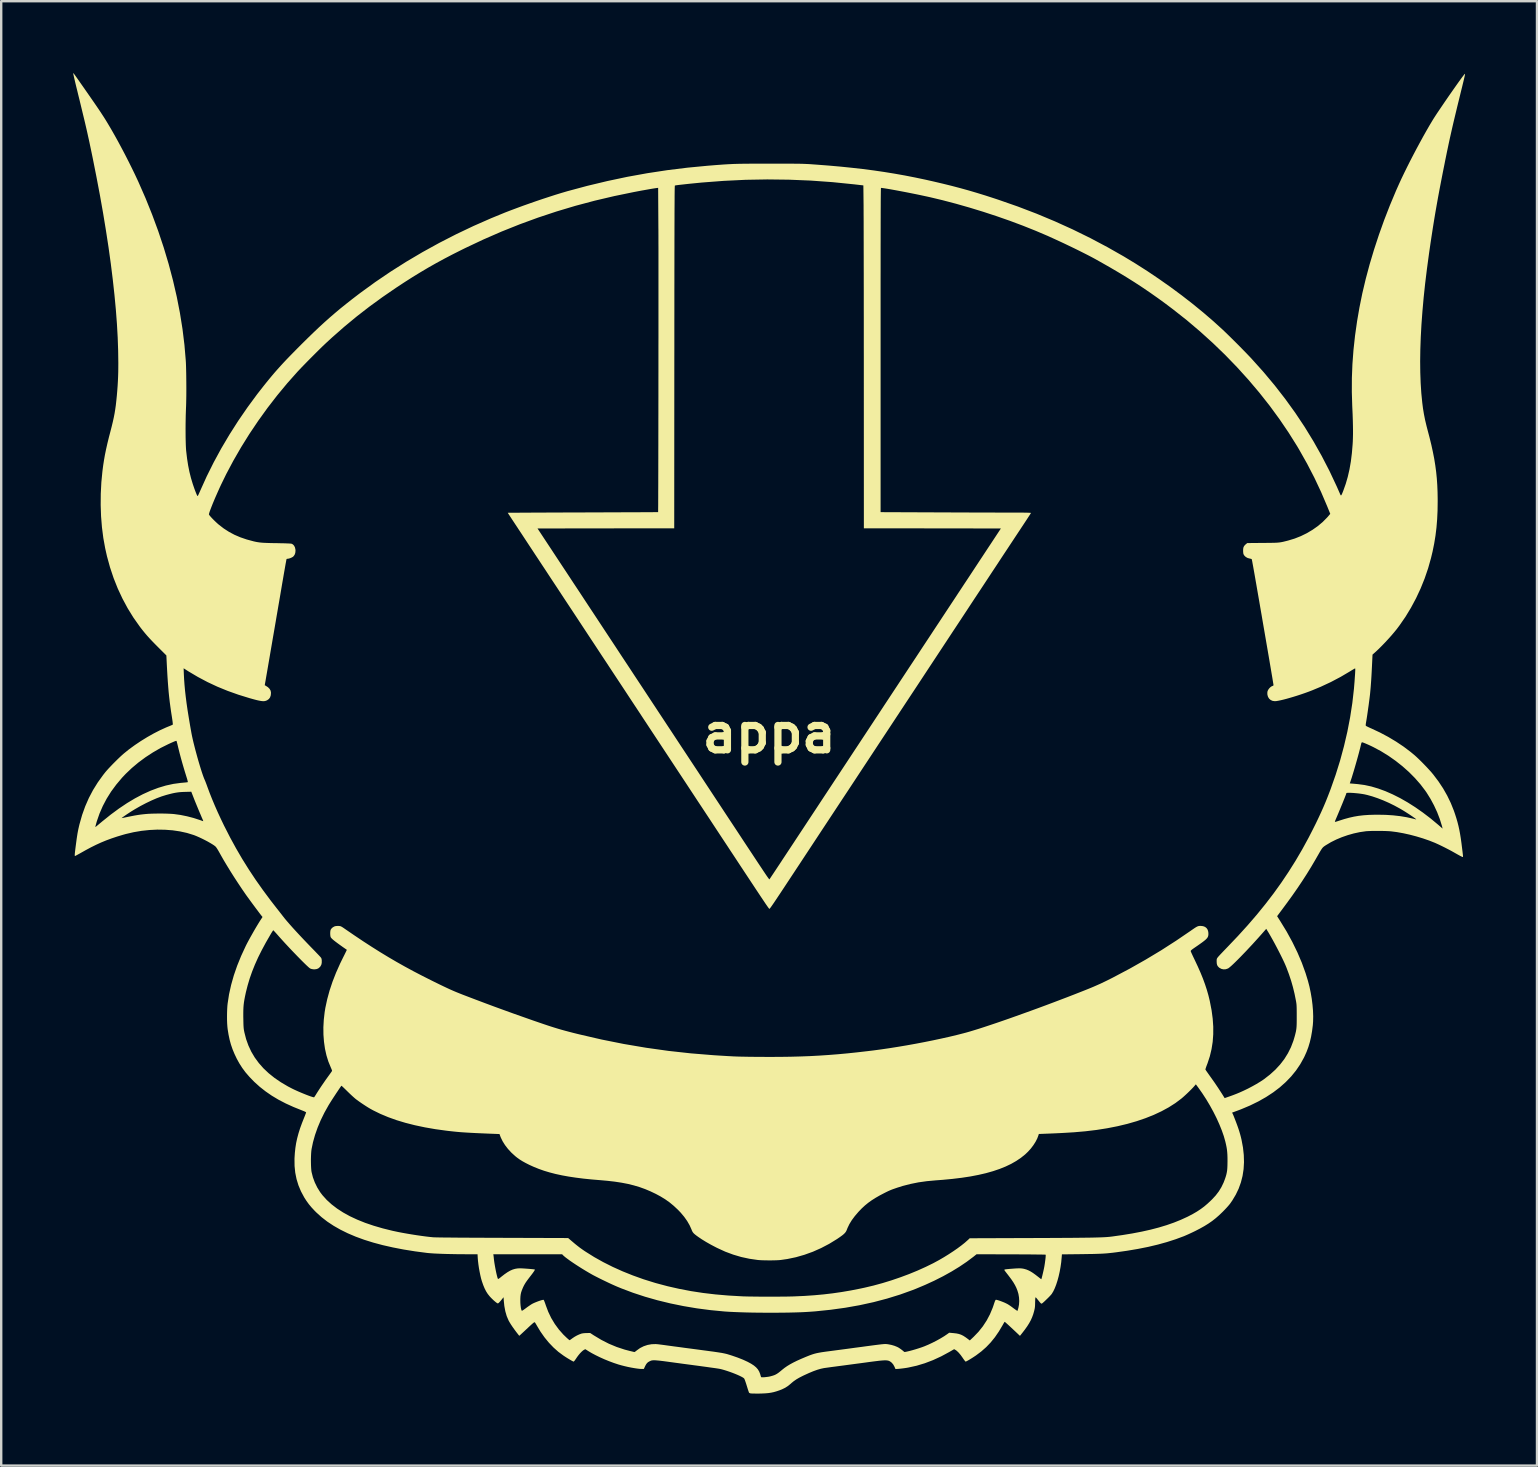
<source format=kicad_pcb>
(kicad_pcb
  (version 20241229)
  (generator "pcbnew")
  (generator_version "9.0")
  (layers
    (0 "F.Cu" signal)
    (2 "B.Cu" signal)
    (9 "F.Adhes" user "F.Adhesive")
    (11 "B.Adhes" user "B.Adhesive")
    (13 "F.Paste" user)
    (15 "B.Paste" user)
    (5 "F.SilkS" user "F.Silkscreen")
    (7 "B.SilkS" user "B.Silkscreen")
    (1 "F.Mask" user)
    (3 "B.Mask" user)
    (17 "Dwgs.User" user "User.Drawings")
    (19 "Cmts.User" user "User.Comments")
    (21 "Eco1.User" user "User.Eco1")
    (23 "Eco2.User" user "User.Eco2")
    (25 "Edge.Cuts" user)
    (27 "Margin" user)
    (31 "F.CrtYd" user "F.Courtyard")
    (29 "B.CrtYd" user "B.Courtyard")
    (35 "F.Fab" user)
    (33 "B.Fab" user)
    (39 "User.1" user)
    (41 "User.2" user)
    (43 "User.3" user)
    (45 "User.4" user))
  (footprint "appa"
    (layer "F.Cu")
    (at 29.002 27.504)
    (property "Reference" "appa" (at 0 0 0) (layer "F.SilkS") (effects (font (size 1.524 1.524) (thickness 0.3))))
    (attr board_only exclude_from_pos_files exclude_from_bom)
    (fp_poly (pts (xy -28.991 -27.501) (xy -28.982 -27.492) (xy -28.969 -27.476) (xy -28.95 -27.451) (xy -28.923 -27.414) (xy -28.888 -27.365) (xy -28.843 -27.301) (xy -28.786 -27.22) (xy -28.717 -27.121) (xy -28.633 -27.001) (xy -28.595 -26.947) (xy -28.454 -26.745) (xy -28.328 -26.564) (xy -28.215 -26.401) (xy -28.114 -26.255) (xy -28.024 -26.124) (xy -27.943 -26.005) (xy -27.87 -25.896) (xy -27.804 -25.795) (xy -27.742 -25.7) (xy -27.684 -25.609) (xy -27.629 -25.52) (xy -27.574 -25.43) (xy -27.52 -25.339) (xy -27.463 -25.243) (xy -27.403 -25.14) (xy -27.396 -25.128) (xy -27.265 -24.898) (xy -27.126 -24.647) (xy -26.984 -24.382) (xy -26.84 -24.109) (xy -26.699 -23.832) (xy -26.563 -23.559) (xy -26.434 -23.294) (xy -26.317 -23.044) (xy -26.286 -22.977) (xy -25.987 -22.295) (xy -25.712 -21.611) (xy -25.459 -20.925) (xy -25.23 -20.239) (xy -25.025 -19.554) (xy -24.844 -18.87) (xy -24.687 -18.19) (xy -24.555 -17.515) (xy -24.448 -16.846) (xy -24.367 -16.184) (xy -24.313 -15.549) (xy -24.306 -15.439) (xy -24.301 -15.304) (xy -24.297 -15.151) (xy -24.293 -14.983) (xy -24.291 -14.804) (xy -24.289 -14.619) (xy -24.288 -14.432) (xy -24.288 -14.247) (xy -24.289 -14.07) (xy -24.292 -13.903) (xy -24.295 -13.751) (xy -24.299 -13.62) (xy -24.301 -13.585) (xy -24.307 -13.417) (xy -24.313 -13.239) (xy -24.316 -13.054) (xy -24.319 -12.866) (xy -24.32 -12.68) (xy -24.319 -12.498) (xy -24.318 -12.324) (xy -24.314 -12.162) (xy -24.31 -12.016) (xy -24.304 -11.889) (xy -24.297 -11.785) (xy -24.294 -11.76) (xy -24.258 -11.452) (xy -24.214 -11.167) (xy -24.16 -10.897) (xy -24.095 -10.637) (xy -24.018 -10.382) (xy -23.956 -10.201) (xy -23.915 -10.091) (xy -23.882 -10.007) (xy -23.856 -9.945) (xy -23.836 -9.906) (xy -23.821 -9.887) (xy -23.811 -9.887) (xy -23.802 -9.904) (xy -23.783 -9.942) (xy -23.758 -9.997) (xy -23.728 -10.063) (xy -23.702 -10.123) (xy -23.438 -10.707) (xy -23.147 -11.291) (xy -22.831 -11.872) (xy -22.49 -12.448) (xy -22.126 -13.019) (xy -21.74 -13.58) (xy -21.334 -14.132) (xy -21.059 -14.483) (xy -20.935 -14.638) (xy -20.817 -14.782) (xy -20.704 -14.918) (xy -20.592 -15.049) (xy -20.479 -15.177) (xy -20.363 -15.306) (xy -20.241 -15.439) (xy -20.111 -15.577) (xy -19.97 -15.723) (xy -19.815 -15.881) (xy -19.645 -16.054) (xy -19.494 -16.205) (xy -19.238 -16.458) (xy -18.996 -16.693) (xy -18.764 -16.913) (xy -18.539 -17.12) (xy -18.317 -17.318) (xy -18.094 -17.51) (xy -17.868 -17.7) (xy -17.633 -17.889) (xy -17.388 -18.082) (xy -17.127 -18.282) (xy -17.033 -18.353) (xy -16.418 -18.8) (xy -15.781 -19.232) (xy -15.123 -19.649) (xy -14.446 -20.049) (xy -13.753 -20.431) (xy -13.045 -20.794) (xy -12.324 -21.137) (xy -11.592 -21.459) (xy -11.002 -21.701) (xy -10.763 -21.793) (xy -10.509 -21.888) (xy -10.243 -21.986) (xy -9.971 -22.082) (xy -9.696 -22.178) (xy -9.424 -22.27) (xy -9.158 -22.357) (xy -8.904 -22.439) (xy -8.666 -22.512) (xy -8.448 -22.576) (xy -8.422 -22.584) (xy -7.581 -22.81) (xy -6.746 -23.01) (xy -5.914 -23.186) (xy -5.081 -23.337) (xy -4.245 -23.464) (xy -3.401 -23.568) (xy -2.546 -23.65) (xy -2.452 -23.657) (xy -2.296 -23.67) (xy -2.156 -23.681) (xy -2.027 -23.69) (xy -1.909 -23.699) (xy -1.798 -23.706) (xy -1.692 -23.712) (xy -1.587 -23.717) (xy -1.482 -23.722) (xy -1.374 -23.725) (xy -1.261 -23.728) (xy -1.138 -23.73) (xy -1.005 -23.732) (xy -0.858 -23.733) (xy -0.695 -23.734) (xy -0.513 -23.734) (xy -0.31 -23.735) (xy -0.082 -23.735) (xy 0.028 -23.735) (xy 0.255 -23.735) (xy 0.457 -23.735) (xy 0.636 -23.734) (xy 0.793 -23.734) (xy 0.932 -23.734) (xy 1.053 -23.733) (xy 1.161 -23.732) (xy 1.256 -23.731) (xy 1.341 -23.729) (xy 1.418 -23.727) (xy 1.49 -23.724) (xy 1.559 -23.721) (xy 1.627 -23.718) (xy 1.695 -23.714) (xy 1.768 -23.709) (xy 1.846 -23.703) (xy 1.932 -23.697) (xy 1.944 -23.696) (xy 2.466 -23.656) (xy 2.964 -23.612) (xy 3.441 -23.563) (xy 3.902 -23.511) (xy 4.349 -23.453) (xy 4.786 -23.389) (xy 5.217 -23.319) (xy 5.645 -23.243) (xy 6.074 -23.159) (xy 6.507 -23.068) (xy 6.862 -22.988) (xy 7.244 -22.898) (xy 7.608 -22.808) (xy 7.96 -22.715) (xy 8.307 -22.619) (xy 8.656 -22.516) (xy 9.013 -22.406) (xy 9.386 -22.285) (xy 9.558 -22.228) (xy 10.357 -21.949) (xy 11.137 -21.651) (xy 11.898 -21.333) (xy 12.644 -20.995) (xy 13.375 -20.636) (xy 14.094 -20.255) (xy 14.769 -19.871) (xy 15.262 -19.572) (xy 15.755 -19.258) (xy 16.243 -18.929) (xy 16.724 -18.59) (xy 17.194 -18.242) (xy 17.649 -17.888) (xy 18.087 -17.53) (xy 18.504 -17.171) (xy 18.879 -16.831) (xy 18.977 -16.738) (xy 19.09 -16.629) (xy 19.215 -16.507) (xy 19.347 -16.376) (xy 19.483 -16.241) (xy 19.619 -16.104) (xy 19.75 -15.97) (xy 19.874 -15.843) (xy 19.986 -15.726) (xy 20.083 -15.624) (xy 20.1 -15.605) (xy 20.593 -15.056) (xy 21.059 -14.499) (xy 21.499 -13.933) (xy 21.915 -13.357) (xy 22.307 -12.769) (xy 22.675 -12.168) (xy 23.021 -11.554) (xy 23.346 -10.925) (xy 23.649 -10.28) (xy 23.778 -9.986) (xy 23.795 -9.947) (xy 23.809 -9.921) (xy 23.822 -9.911) (xy 23.836 -9.919) (xy 23.852 -9.946) (xy 23.874 -9.994) (xy 23.903 -10.066) (xy 23.922 -10.114) (xy 24.021 -10.393) (xy 24.106 -10.686) (xy 24.177 -10.995) (xy 24.234 -11.322) (xy 24.277 -11.669) (xy 24.308 -12.038) (xy 24.315 -12.152) (xy 24.32 -12.298) (xy 24.324 -12.459) (xy 24.324 -12.636) (xy 24.321 -12.833) (xy 24.316 -13.05) (xy 24.308 -13.29) (xy 24.296 -13.556) (xy 24.292 -13.64) (xy 24.275 -14.224) (xy 24.277 -14.805) (xy 24.3 -15.388) (xy 24.344 -15.975) (xy 24.409 -16.571) (xy 24.495 -17.177) (xy 24.593 -17.744) (xy 24.712 -18.331) (xy 24.854 -18.931) (xy 25.017 -19.54) (xy 25.201 -20.155) (xy 25.404 -20.773) (xy 25.625 -21.391) (xy 25.864 -22.005) (xy 26.119 -22.614) (xy 26.243 -22.892) (xy 26.342 -23.108) (xy 26.454 -23.341) (xy 26.575 -23.587) (xy 26.703 -23.842) (xy 26.837 -24.101) (xy 26.974 -24.361) (xy 27.112 -24.617) (xy 27.248 -24.866) (xy 27.381 -25.102) (xy 27.508 -25.323) (xy 27.628 -25.523) (xy 27.663 -25.581) (xy 27.708 -25.652) (xy 27.763 -25.737) (xy 27.827 -25.835) (xy 27.9 -25.943) (xy 27.979 -26.06) (xy 28.063 -26.184) (xy 28.15 -26.312) (xy 28.24 -26.443) (xy 28.331 -26.575) (xy 28.422 -26.705) (xy 28.51 -26.831) (xy 28.595 -26.952) (xy 28.675 -27.065) (xy 28.749 -27.169) (xy 28.816 -27.261) (xy 28.873 -27.339) (xy 28.92 -27.401) (xy 28.955 -27.446) (xy 28.977 -27.471) (xy 28.984 -27.476) (xy 28.987 -27.475) (xy 28.99 -27.47) (xy 28.99 -27.46) (xy 28.988 -27.442) (xy 28.983 -27.414) (xy 28.975 -27.375) (xy 28.963 -27.322) (xy 28.947 -27.253) (xy 28.926 -27.166) (xy 28.9 -27.059) (xy 28.869 -26.93) (xy 28.831 -26.778) (xy 28.811 -26.696) (xy 28.742 -26.413) (xy 28.678 -26.154) (xy 28.621 -25.916) (xy 28.568 -25.696) (xy 28.519 -25.491) (xy 28.474 -25.298) (xy 28.432 -25.114) (xy 28.392 -24.936) (xy 28.353 -24.762) (xy 28.315 -24.587) (xy 28.278 -24.41) (xy 28.239 -24.226) (xy 28.2 -24.034) (xy 28.158 -23.83) (xy 28.144 -23.756) (xy 28.067 -23.373) (xy 27.997 -23.013) (xy 27.931 -22.671) (xy 27.87 -22.344) (xy 27.813 -22.025) (xy 27.758 -21.712) (xy 27.706 -21.4) (xy 27.655 -21.084) (xy 27.605 -20.76) (xy 27.554 -20.424) (xy 27.503 -20.072) (xy 27.491 -19.987) (xy 27.406 -19.359) (xy 27.331 -18.749) (xy 27.268 -18.158) (xy 27.217 -17.586) (xy 27.176 -17.034) (xy 27.147 -16.502) (xy 27.129 -15.992) (xy 27.122 -15.503) (xy 27.127 -15.037) (xy 27.143 -14.594) (xy 27.17 -14.175) (xy 27.209 -13.78) (xy 27.24 -13.536) (xy 27.279 -13.3) (xy 27.327 -13.058) (xy 27.388 -12.802) (xy 27.427 -12.651) (xy 27.514 -12.32) (xy 27.59 -12.009) (xy 27.654 -11.714) (xy 27.709 -11.433) (xy 27.753 -11.159) (xy 27.789 -10.889) (xy 27.816 -10.618) (xy 27.835 -10.343) (xy 27.847 -10.058) (xy 27.852 -9.761) (xy 27.852 -9.653) (xy 27.847 -9.275) (xy 27.83 -8.917) (xy 27.802 -8.573) (xy 27.761 -8.238) (xy 27.707 -7.906) (xy 27.639 -7.572) (xy 27.574 -7.301) (xy 27.453 -6.872) (xy 27.308 -6.448) (xy 27.14 -6.031) (xy 26.95 -5.625) (xy 26.74 -5.233) (xy 26.512 -4.856) (xy 26.265 -4.499) (xy 26.146 -4.34) (xy 26.043 -4.214) (xy 25.926 -4.076) (xy 25.798 -3.933) (xy 25.664 -3.788) (xy 25.53 -3.649) (xy 25.399 -3.518) (xy 25.276 -3.402) (xy 25.209 -3.342) (xy 25.137 -3.278) (xy 25.122 -2.959) (xy 25.111 -2.737) (xy 25.101 -2.539) (xy 25.091 -2.361) (xy 25.081 -2.201) (xy 25.07 -2.054) (xy 25.06 -1.916) (xy 25.048 -1.786) (xy 25.036 -1.657) (xy 25.03 -1.602) (xy 25.02 -1.519) (xy 25.007 -1.414) (xy 24.991 -1.292) (xy 24.974 -1.161) (xy 24.954 -1.024) (xy 24.935 -0.887) (xy 24.916 -0.757) (xy 24.898 -0.639) (xy 24.882 -0.539) (xy 24.872 -0.481) (xy 24.86 -0.409) (xy 24.854 -0.361) (xy 24.854 -0.33) (xy 24.859 -0.313) (xy 24.862 -0.31) (xy 24.88 -0.299) (xy 24.919 -0.279) (xy 24.974 -0.252) (xy 25.041 -0.221) (xy 25.094 -0.198) (xy 25.448 -0.032) (xy 25.792 0.151) (xy 26.121 0.348) (xy 26.433 0.557) (xy 26.723 0.776) (xy 26.884 0.909) (xy 26.97 0.986) (xy 27.068 1.079) (xy 27.174 1.183) (xy 27.282 1.293) (xy 27.389 1.404) (xy 27.489 1.512) (xy 27.579 1.611) (xy 27.652 1.699) (xy 27.665 1.714) (xy 27.885 2.005) (xy 28.079 2.298) (xy 28.249 2.597) (xy 28.398 2.905) (xy 28.527 3.226) (xy 28.577 3.372) (xy 28.63 3.537) (xy 28.676 3.696) (xy 28.716 3.853) (xy 28.752 4.015) (xy 28.784 4.186) (xy 28.814 4.371) (xy 28.843 4.578) (xy 28.854 4.668) (xy 28.87 4.796) (xy 28.883 4.9) (xy 28.893 4.982) (xy 28.9 5.044) (xy 28.905 5.089) (xy 28.907 5.12) (xy 28.908 5.139) (xy 28.906 5.15) (xy 28.903 5.154) (xy 28.899 5.155) (xy 28.898 5.155) (xy 28.877 5.15) (xy 28.838 5.132) (xy 28.779 5.102) (xy 28.7 5.059) (xy 28.599 5.002) (xy 28.544 4.971) (xy 28.425 4.904) (xy 28.293 4.834) (xy 28.155 4.763) (xy 28.018 4.695) (xy 27.889 4.633) (xy 27.774 4.581) (xy 27.741 4.566) (xy 27.496 4.469) (xy 27.235 4.379) (xy 26.964 4.297) (xy 26.691 4.225) (xy 26.42 4.165) (xy 26.158 4.118) (xy 25.911 4.086) (xy 25.867 4.082) (xy 25.788 4.077) (xy 25.69 4.073) (xy 25.577 4.07) (xy 25.455 4.068) (xy 25.329 4.068) (xy 25.206 4.068) (xy 25.089 4.07) (xy 24.985 4.074) (xy 24.899 4.078) (xy 24.85 4.083) (xy 24.605 4.119) (xy 24.355 4.173) (xy 24.105 4.244) (xy 23.86 4.329) (xy 23.626 4.427) (xy 23.408 4.535) (xy 23.21 4.653) (xy 23.189 4.666) (xy 23.154 4.689) (xy 23.125 4.709) (xy 23.1 4.728) (xy 23.078 4.748) (xy 23.055 4.772) (xy 23.031 4.803) (xy 23.004 4.843) (xy 22.972 4.894) (xy 22.933 4.96) (xy 22.886 5.042) (xy 22.828 5.143) (xy 22.76 5.262) (xy 22.584 5.561) (xy 22.401 5.858) (xy 22.209 6.156) (xy 22.005 6.46) (xy 21.786 6.774) (xy 21.549 7.1) (xy 21.439 7.249) (xy 21.162 7.621) (xy 21.293 7.827) (xy 21.559 8.262) (xy 21.797 8.697) (xy 22.008 9.131) (xy 22.192 9.563) (xy 22.348 9.994) (xy 22.447 10.317) (xy 22.51 10.559) (xy 22.562 10.808) (xy 22.605 11.061) (xy 22.636 11.312) (xy 22.657 11.556) (xy 22.665 11.789) (xy 22.661 12.006) (xy 22.65 12.159) (xy 22.617 12.416) (xy 22.576 12.651) (xy 22.525 12.869) (xy 22.463 13.076) (xy 22.388 13.276) (xy 22.299 13.474) (xy 22.275 13.522) (xy 22.124 13.793) (xy 21.948 14.052) (xy 21.747 14.299) (xy 21.521 14.533) (xy 21.272 14.755) (xy 20.998 14.963) (xy 20.7 15.158) (xy 20.379 15.34) (xy 20.034 15.509) (xy 19.667 15.664) (xy 19.525 15.718) (xy 19.286 15.806) (xy 19.307 15.847) (xy 19.326 15.887) (xy 19.352 15.949) (xy 19.383 16.027) (xy 19.418 16.117) (xy 19.455 16.213) (xy 19.491 16.31) (xy 19.525 16.404) (xy 19.554 16.489) (xy 19.559 16.504) (xy 19.589 16.598) (xy 19.621 16.707) (xy 19.651 16.819) (xy 19.675 16.92) (xy 19.679 16.936) (xy 19.739 17.258) (xy 19.773 17.57) (xy 19.782 17.871) (xy 19.765 18.162) (xy 19.722 18.442) (xy 19.653 18.713) (xy 19.559 18.975) (xy 19.438 19.227) (xy 19.292 19.471) (xy 19.204 19.597) (xy 19.165 19.646) (xy 19.111 19.709) (xy 19.046 19.781) (xy 18.975 19.856) (xy 18.904 19.929) (xy 18.894 19.939) (xy 18.748 20.079) (xy 18.604 20.205) (xy 18.456 20.321) (xy 18.299 20.43) (xy 18.129 20.535) (xy 17.941 20.64) (xy 17.751 20.738) (xy 17.654 20.785) (xy 17.552 20.833) (xy 17.452 20.879) (xy 17.361 20.919) (xy 17.287 20.951) (xy 17.277 20.955) (xy 16.934 21.082) (xy 16.571 21.199) (xy 16.189 21.305) (xy 15.785 21.401) (xy 15.358 21.486) (xy 14.908 21.562) (xy 14.432 21.629) (xy 14.421 21.63) (xy 14.319 21.643) (xy 14.224 21.653) (xy 14.134 21.663) (xy 14.046 21.671) (xy 13.955 21.677) (xy 13.858 21.683) (xy 13.754 21.687) (xy 13.637 21.691) (xy 13.506 21.695) (xy 13.356 21.697) (xy 13.186 21.7) (xy 12.99 21.703) (xy 12.984 21.703) (xy 12.195 21.712) (xy 12.185 21.839) (xy 12.166 22.04) (xy 12.137 22.242) (xy 12.101 22.439) (xy 12.058 22.63) (xy 12.009 22.81) (xy 11.955 22.976) (xy 11.897 23.125) (xy 11.836 23.253) (xy 11.773 23.357) (xy 11.764 23.369) (xy 11.738 23.4) (xy 11.696 23.446) (xy 11.644 23.5) (xy 11.585 23.558) (xy 11.525 23.616) (xy 11.469 23.67) (xy 11.42 23.714) (xy 11.384 23.745) (xy 11.373 23.752) (xy 11.357 23.762) (xy 11.342 23.764) (xy 11.325 23.758) (xy 11.304 23.739) (xy 11.274 23.705) (xy 11.232 23.653) (xy 11.198 23.612) (xy 11.155 23.558) (xy 11.126 23.524) (xy 11.108 23.506) (xy 11.098 23.503) (xy 11.093 23.512) (xy 11.089 23.527) (xy 11.085 23.556) (xy 11.082 23.607) (xy 11.08 23.671) (xy 11.078 23.742) (xy 11.078 23.745) (xy 11.076 23.833) (xy 11.071 23.904) (xy 11.061 23.972) (xy 11.044 24.046) (xy 11.036 24.08) (xy 10.998 24.212) (xy 10.952 24.336) (xy 10.898 24.457) (xy 10.831 24.579) (xy 10.751 24.706) (xy 10.654 24.843) (xy 10.544 24.986) (xy 10.447 25.108) (xy 10.257 24.928) (xy 10.152 24.83) (xy 10.059 24.743) (xy 9.978 24.668) (xy 9.912 24.608) (xy 9.86 24.562) (xy 9.826 24.533) (xy 9.81 24.522) (xy 9.81 24.522) (xy 9.8 24.534) (xy 9.78 24.565) (xy 9.753 24.611) (xy 9.723 24.665) (xy 9.566 24.928) (xy 9.402 25.166) (xy 9.227 25.382) (xy 9.039 25.578) (xy 8.836 25.757) (xy 8.615 25.923) (xy 8.555 25.963) (xy 8.465 26.022) (xy 8.381 26.074) (xy 8.308 26.118) (xy 8.248 26.151) (xy 8.205 26.173) (xy 8.181 26.18) (xy 8.168 26.169) (xy 8.143 26.139) (xy 8.11 26.095) (xy 8.071 26.04) (xy 8.065 26.03) (xy 7.975 25.904) (xy 7.891 25.805) (xy 7.815 25.732) (xy 7.765 25.697) (xy 7.705 25.662) (xy 7.507 25.777) (xy 7.166 25.961) (xy 6.825 26.118) (xy 6.484 26.248) (xy 6.143 26.351) (xy 5.804 26.426) (xy 5.733 26.439) (xy 5.647 26.452) (xy 5.556 26.464) (xy 5.472 26.474) (xy 5.403 26.481) (xy 5.392 26.482) (xy 5.26 26.49) (xy 5.218 26.394) (xy 5.168 26.302) (xy 5.105 26.227) (xy 5.032 26.171) (xy 4.982 26.148) (xy 4.949 26.138) (xy 4.912 26.132) (xy 4.869 26.128) (xy 4.816 26.127) (xy 4.752 26.13) (xy 4.674 26.136) (xy 4.579 26.145) (xy 4.465 26.159) (xy 4.329 26.176) (xy 4.168 26.197) (xy 4.138 26.201) (xy 3.987 26.222) (xy 3.816 26.245) (xy 3.633 26.269) (xy 3.447 26.294) (xy 3.265 26.318) (xy 3.096 26.341) (xy 2.989 26.355) (xy 2.858 26.372) (xy 2.732 26.389) (xy 2.614 26.404) (xy 2.506 26.419) (xy 2.414 26.432) (xy 2.341 26.442) (xy 2.29 26.449) (xy 2.277 26.451) (xy 2.147 26.479) (xy 2 26.522) (xy 1.836 26.581) (xy 1.653 26.657) (xy 1.45 26.75) (xy 1.386 26.781) (xy 1.249 26.851) (xy 1.133 26.919) (xy 1.03 26.989) (xy 0.935 27.066) (xy 0.895 27.102) (xy 0.782 27.195) (xy 0.662 27.272) (xy 0.526 27.338) (xy 0.417 27.38) (xy 0.298 27.42) (xy 0.188 27.451) (xy 0.081 27.474) (xy -0.03 27.491) (xy -0.151 27.502) (xy -0.289 27.509) (xy -0.404 27.512) (xy -0.5 27.513) (xy -0.588 27.512) (xy -0.665 27.511) (xy -0.726 27.509) (xy -0.767 27.507) (xy -0.778 27.505) (xy -0.814 27.493) (xy -0.838 27.48) (xy -0.839 27.479) (xy -0.847 27.462) (xy -0.861 27.422) (xy -0.881 27.364) (xy -0.904 27.292) (xy -0.929 27.21) (xy -0.936 27.188) (xy -0.966 27.092) (xy -0.994 27.01) (xy -1.017 26.945) (xy -1.036 26.9) (xy -1.048 26.881) (xy -1.084 26.852) (xy -1.144 26.817) (xy -1.222 26.778) (xy -1.316 26.735) (xy -1.421 26.691) (xy -1.534 26.647) (xy -1.65 26.605) (xy -1.765 26.566) (xy -1.877 26.531) (xy -1.98 26.502) (xy -2.072 26.481) (xy -2.081 26.48) (xy -2.115 26.474) (xy -2.173 26.465) (xy -2.254 26.453) (xy -2.355 26.439) (xy -2.472 26.423) (xy -2.603 26.404) (xy -2.745 26.385) (xy -2.896 26.364) (xy -3.053 26.343) (xy -3.079 26.34) (xy -3.246 26.317) (xy -3.414 26.295) (xy -3.58 26.273) (xy -3.74 26.251) (xy -3.89 26.231) (xy -4.028 26.212) (xy -4.148 26.196) (xy -4.248 26.182) (xy -4.316 26.173) (xy -4.419 26.159) (xy -4.52 26.147) (xy -4.614 26.137) (xy -4.694 26.13) (xy -4.756 26.125) (xy -4.784 26.125) (xy -4.847 26.126) (xy -4.893 26.131) (xy -4.934 26.144) (xy -4.981 26.165) (xy -4.986 26.168) (xy -5.045 26.201) (xy -5.09 26.24) (xy -5.129 26.291) (xy -5.167 26.36) (xy -5.183 26.394) (xy -5.225 26.487) (xy -5.31 26.487) (xy -5.394 26.483) (xy -5.498 26.471) (xy -5.619 26.453) (xy -5.75 26.43) (xy -5.888 26.402) (xy -6.026 26.37) (xy -6.159 26.336) (xy -6.283 26.301) (xy -6.294 26.297) (xy -6.481 26.235) (xy -6.674 26.163) (xy -6.868 26.084) (xy -7.057 25.999) (xy -7.235 25.912) (xy -7.397 25.826) (xy -7.514 25.757) (xy -7.663 25.663) (xy -7.714 25.687) (xy -7.762 25.719) (xy -7.82 25.77) (xy -7.884 25.836) (xy -7.948 25.913) (xy -8.01 25.996) (xy -8.039 26.04) (xy -8.076 26.094) (xy -8.109 26.139) (xy -8.135 26.169) (xy -8.15 26.18) (xy -8.172 26.173) (xy -8.213 26.152) (xy -8.27 26.12) (xy -8.339 26.079) (xy -8.417 26.032) (xy -8.499 25.98) (xy -8.58 25.926) (xy -8.787 25.773) (xy -8.988 25.594) (xy -9.181 25.393) (xy -9.362 25.172) (xy -9.53 24.933) (xy -9.675 24.693) (xy -9.707 24.637) (xy -9.736 24.589) (xy -9.757 24.556) (xy -9.768 24.542) (xy -9.778 24.54) (xy -9.792 24.544) (xy -9.813 24.556) (xy -9.843 24.579) (xy -9.884 24.615) (xy -9.939 24.665) (xy -10.011 24.731) (xy -10.05 24.768) (xy -10.119 24.832) (xy -10.187 24.896) (xy -10.249 24.953) (xy -10.3 25.001) (xy -10.336 25.033) (xy -10.336 25.034) (xy -10.416 25.106) (xy -10.524 24.968) (xy -10.612 24.851) (xy -10.694 24.736) (xy -10.767 24.627) (xy -10.826 24.53) (xy -10.862 24.465) (xy -10.939 24.284) (xy -10.997 24.083) (xy -11.038 23.861) (xy -11.06 23.651) (xy -11.07 23.498) (xy -11.174 23.627) (xy -11.23 23.692) (xy -11.272 23.735) (xy -11.301 23.754) (xy -11.308 23.756) (xy -11.333 23.746) (xy -11.373 23.72) (xy -11.423 23.68) (xy -11.481 23.63) (xy -11.541 23.573) (xy -11.6 23.514) (xy -11.654 23.455) (xy -11.657 23.451) (xy -11.732 23.356) (xy -11.798 23.252) (xy -11.857 23.136) (xy -11.913 23.003) (xy -11.968 22.847) (xy -11.974 22.829) (xy -12.007 22.715) (xy -12.039 22.579) (xy -12.069 22.431) (xy -12.097 22.277) (xy -12.119 22.124) (xy -12.136 21.98) (xy -12.146 21.858) (xy -12.154 21.708) (xy -11.498 21.708) (xy -11.49 21.753) (xy -11.485 21.791) (xy -11.479 21.844) (xy -11.474 21.896) (xy -11.465 21.973) (xy -11.452 22.065) (xy -11.435 22.166) (xy -11.416 22.272) (xy -11.396 22.377) (xy -11.375 22.477) (xy -11.354 22.568) (xy -11.335 22.643) (xy -11.319 22.698) (xy -11.311 22.719) (xy -11.304 22.732) (xy -11.295 22.737) (xy -11.28 22.732) (xy -11.255 22.716) (xy -11.216 22.687) (xy -11.162 22.643) (xy -11.028 22.539) (xy -10.906 22.455) (xy -10.795 22.391) (xy -10.688 22.344) (xy -10.585 22.314) (xy -10.479 22.297) (xy -10.391 22.293) (xy -10.346 22.294) (xy -10.284 22.297) (xy -10.21 22.301) (xy -10.129 22.307) (xy -10.046 22.313) (xy -9.966 22.32) (xy -9.893 22.326) (xy -9.833 22.333) (xy -9.79 22.338) (xy -9.769 22.342) (xy -9.768 22.343) (xy -9.768 22.358) (xy -9.783 22.389) (xy -9.814 22.436) (xy -9.861 22.502) (xy -9.926 22.588) (xy -9.955 22.625) (xy -10.034 22.728) (xy -10.098 22.814) (xy -10.149 22.888) (xy -10.19 22.955) (xy -10.225 23.019) (xy -10.257 23.085) (xy -10.268 23.111) (xy -10.309 23.211) (xy -10.338 23.297) (xy -10.356 23.38) (xy -10.367 23.467) (xy -10.372 23.569) (xy -10.372 23.63) (xy -10.37 23.737) (xy -10.362 23.837) (xy -10.351 23.926) (xy -10.336 23.998) (xy -10.318 24.049) (xy -10.313 24.059) (xy -10.3 24.061) (xy -10.272 24.047) (xy -10.228 24.018) (xy -10.164 23.972) (xy -10.146 23.958) (xy -10.078 23.908) (xy -10.006 23.858) (xy -9.94 23.813) (xy -9.886 23.779) (xy -9.884 23.778) (xy -9.836 23.753) (xy -9.774 23.725) (xy -9.703 23.696) (xy -9.63 23.668) (xy -9.558 23.643) (xy -9.494 23.623) (xy -9.442 23.61) (xy -9.409 23.605) (xy -9.402 23.606) (xy -9.39 23.622) (xy -9.373 23.66) (xy -9.351 23.717) (xy -9.325 23.789) (xy -9.309 23.838) (xy -9.208 24.106) (xy -9.084 24.364) (xy -8.936 24.61) (xy -8.768 24.84) (xy -8.581 25.052) (xy -8.444 25.184) (xy -8.397 25.226) (xy -8.358 25.26) (xy -8.33 25.282) (xy -8.319 25.289) (xy -8.304 25.281) (xy -8.273 25.26) (xy -8.23 25.229) (xy -8.206 25.211) (xy -8.116 25.15) (xy -8.017 25.094) (xy -7.918 25.048) (xy -7.828 25.015) (xy -7.803 25.009) (xy -7.753 25) (xy -7.687 24.994) (xy -7.617 24.99) (xy -7.593 24.99) (xy -7.46 24.989) (xy -7.308 25.088) (xy -6.996 25.275) (xy -6.68 25.436) (xy -6.358 25.57) (xy -6.028 25.679) (xy -5.813 25.736) (xy -5.745 25.752) (xy -5.687 25.766) (xy -5.645 25.776) (xy -5.622 25.782) (xy -5.621 25.783) (xy -5.604 25.776) (xy -5.572 25.756) (xy -5.532 25.724) (xy -5.517 25.712) (xy -5.383 25.616) (xy -5.232 25.54) (xy -5.07 25.486) (xy -4.902 25.456) (xy -4.732 25.45) (xy -4.653 25.456) (xy -4.599 25.462) (xy -4.524 25.472) (xy -4.435 25.483) (xy -4.338 25.496) (xy -4.24 25.51) (xy -4.23 25.511) (xy -4.158 25.521) (xy -4.061 25.534) (xy -3.946 25.55) (xy -3.814 25.567) (xy -3.671 25.586) (xy -3.521 25.607) (xy -3.367 25.627) (xy -3.214 25.647) (xy -3.191 25.65) (xy -2.973 25.679) (xy -2.781 25.705) (xy -2.613 25.727) (xy -2.466 25.747) (xy -2.338 25.764) (xy -2.228 25.78) (xy -2.133 25.794) (xy -2.052 25.807) (xy -1.981 25.818) (xy -1.92 25.83) (xy -1.866 25.841) (xy -1.818 25.852) (xy -1.772 25.863) (xy -1.727 25.876) (xy -1.682 25.89) (xy -1.633 25.905) (xy -1.579 25.922) (xy -1.554 25.93) (xy -1.314 26.013) (xy -1.089 26.102) (xy -0.899 26.19) (xy -0.757 26.267) (xy -0.64 26.343) (xy -0.546 26.422) (xy -0.473 26.505) (xy -0.419 26.595) (xy -0.38 26.694) (xy -0.375 26.71) (xy -0.361 26.761) (xy -0.348 26.801) (xy -0.339 26.824) (xy -0.339 26.826) (xy -0.32 26.832) (xy -0.281 26.834) (xy -0.225 26.833) (xy -0.16 26.827) (xy -0.09 26.819) (xy -0.022 26.809) (xy 0.038 26.797) (xy 0.049 26.794) (xy 0.132 26.771) (xy 0.202 26.748) (xy 0.264 26.721) (xy 0.324 26.687) (xy 0.388 26.643) (xy 0.46 26.586) (xy 0.542 26.518) (xy 0.638 26.442) (xy 0.745 26.368) (xy 0.866 26.294) (xy 1.002 26.22) (xy 1.156 26.144) (xy 1.332 26.065) (xy 1.531 25.981) (xy 1.588 25.958) (xy 1.693 25.916) (xy 1.789 25.882) (xy 1.879 25.854) (xy 1.972 25.83) (xy 2.072 25.81) (xy 2.185 25.79) (xy 2.317 25.771) (xy 2.389 25.761) (xy 2.46 25.752) (xy 2.556 25.739) (xy 2.672 25.724) (xy 2.805 25.706) (xy 2.952 25.687) (xy 3.11 25.666) (xy 3.275 25.644) (xy 3.444 25.621) (xy 3.612 25.598) (xy 3.637 25.595) (xy 3.843 25.568) (xy 4.024 25.543) (xy 4.182 25.522) (xy 4.317 25.504) (xy 4.433 25.489) (xy 4.53 25.477) (xy 4.612 25.467) (xy 4.679 25.459) (xy 4.735 25.454) (xy 4.78 25.45) (xy 4.816 25.448) (xy 4.847 25.448) (xy 4.872 25.449) (xy 4.896 25.451) (xy 4.918 25.453) (xy 4.942 25.457) (xy 4.969 25.461) (xy 5.095 25.486) (xy 5.217 25.522) (xy 5.326 25.566) (xy 5.378 25.592) (xy 5.424 25.621) (xy 5.477 25.657) (xy 5.529 25.696) (xy 5.575 25.732) (xy 5.606 25.76) (xy 5.613 25.766) (xy 5.624 25.776) (xy 5.642 25.779) (xy 5.671 25.776) (xy 5.72 25.767) (xy 5.751 25.76) (xy 5.856 25.735) (xy 5.978 25.702) (xy 6.108 25.664) (xy 6.238 25.623) (xy 6.358 25.583) (xy 6.46 25.545) (xy 6.463 25.544) (xy 6.629 25.474) (xy 6.802 25.393) (xy 6.973 25.306) (xy 7.138 25.214) (xy 7.288 25.123) (xy 7.405 25.044) (xy 7.499 24.977) (xy 7.675 24.993) (xy 7.798 25.007) (xy 7.9 25.028) (xy 7.992 25.059) (xy 8.08 25.102) (xy 8.172 25.161) (xy 8.24 25.21) (xy 8.357 25.299) (xy 8.517 25.148) (xy 8.718 24.939) (xy 8.9 24.711) (xy 9.06 24.467) (xy 9.197 24.208) (xy 9.31 23.938) (xy 9.349 23.825) (xy 9.376 23.742) (xy 9.397 23.682) (xy 9.414 23.642) (xy 9.427 23.618) (xy 9.438 23.606) (xy 9.449 23.603) (xy 9.48 23.608) (xy 9.531 23.622) (xy 9.595 23.642) (xy 9.666 23.668) (xy 9.739 23.696) (xy 9.807 23.724) (xy 9.826 23.733) (xy 9.88 23.759) (xy 9.93 23.785) (xy 9.981 23.816) (xy 10.037 23.853) (xy 10.104 23.901) (xy 10.187 23.963) (xy 10.202 23.974) (xy 10.254 24.012) (xy 10.298 24.042) (xy 10.329 24.061) (xy 10.343 24.066) (xy 10.343 24.065) (xy 10.35 24.048) (xy 10.361 24.01) (xy 10.376 23.959) (xy 10.382 23.937) (xy 10.407 23.805) (xy 10.416 23.659) (xy 10.408 23.51) (xy 10.384 23.365) (xy 10.375 23.331) (xy 10.34 23.217) (xy 10.296 23.106) (xy 10.24 22.993) (xy 10.171 22.876) (xy 10.086 22.75) (xy 9.982 22.612) (xy 9.937 22.553) (xy 9.889 22.492) (xy 9.848 22.439) (xy 9.817 22.397) (xy 9.799 22.37) (xy 9.795 22.362) (xy 9.797 22.353) (xy 9.806 22.346) (xy 9.826 22.34) (xy 9.859 22.334) (xy 9.911 22.328) (xy 9.983 22.321) (xy 10.068 22.314) (xy 10.198 22.304) (xy 10.306 22.297) (xy 10.394 22.294) (xy 10.467 22.295) (xy 10.53 22.3) (xy 10.587 22.309) (xy 10.634 22.32) (xy 10.722 22.346) (xy 10.808 22.382) (xy 10.896 22.428) (xy 10.991 22.488) (xy 11.096 22.564) (xy 11.202 22.646) (xy 11.253 22.686) (xy 11.295 22.719) (xy 11.324 22.741) (xy 11.337 22.748) (xy 11.337 22.748) (xy 11.343 22.732) (xy 11.354 22.693) (xy 11.369 22.636) (xy 11.386 22.568) (xy 11.404 22.492) (xy 11.422 22.413) (xy 11.439 22.337) (xy 11.453 22.268) (xy 11.464 22.212) (xy 11.466 22.2) (xy 11.482 22.101) (xy 11.495 22.005) (xy 11.507 21.917) (xy 11.515 21.842) (xy 11.519 21.782) (xy 11.52 21.741) (xy 11.517 21.725) (xy 11.502 21.724) (xy 11.461 21.722) (xy 11.396 21.721) (xy 11.308 21.719) (xy 11.2 21.718) (xy 11.073 21.717) (xy 10.93 21.715) (xy 10.772 21.714) (xy 10.601 21.713) (xy 10.418 21.712) (xy 10.227 21.711) (xy 10.073 21.711) (xy 8.639 21.707) (xy 8.51 21.81) (xy 8.23 22.02) (xy 7.924 22.227) (xy 7.595 22.428) (xy 7.246 22.622) (xy 6.878 22.808) (xy 6.493 22.985) (xy 6.095 23.152) (xy 5.977 23.198) (xy 5.452 23.387) (xy 4.908 23.555) (xy 4.346 23.703) (xy 3.766 23.83) (xy 3.169 23.936) (xy 2.553 24.021) (xy 1.921 24.086) (xy 1.693 24.103) (xy 1.514 24.114) (xy 1.312 24.124) (xy 1.089 24.131) (xy 0.848 24.137) (xy 0.595 24.141) (xy 0.332 24.143) (xy 0.064 24.144) (xy -0.207 24.143) (xy -0.477 24.141) (xy -0.742 24.137) (xy -0.997 24.131) (xy -1.241 24.123) (xy -1.469 24.114) (xy -1.677 24.104) (xy -1.861 24.092) (xy -1.881 24.09) (xy -2.451 24.035) (xy -3.016 23.961) (xy -3.574 23.867) (xy -4.121 23.755) (xy -4.655 23.625) (xy -5.175 23.477) (xy -5.677 23.312) (xy -6.16 23.13) (xy -6.335 23.058) (xy -6.438 23.013) (xy -6.557 22.96) (xy -6.688 22.899) (xy -6.824 22.834) (xy -6.961 22.768) (xy -7.092 22.703) (xy -7.212 22.642) (xy -7.317 22.588) (xy -7.378 22.555) (xy -7.514 22.477) (xy -7.653 22.395) (xy -7.794 22.309) (xy -7.932 22.222) (xy -8.065 22.136) (xy -8.191 22.052) (xy -8.306 21.973) (xy -8.407 21.899) (xy -8.492 21.835) (xy -8.558 21.78) (xy -8.596 21.744) (xy -8.629 21.708) (xy -11.498 21.708) (xy -12.154 21.708) (xy -12.559 21.707) (xy -12.788 21.706) (xy -13.011 21.704) (xy -13.226 21.7) (xy -13.43 21.696) (xy -13.62 21.69) (xy -13.795 21.683) (xy -13.951 21.676) (xy -14.086 21.667) (xy -14.197 21.658) (xy -14.251 21.653) (xy -14.752 21.587) (xy -15.227 21.511) (xy -15.677 21.424) (xy -16.102 21.328) (xy -16.502 21.221) (xy -16.879 21.103) (xy -17.231 20.974) (xy -17.561 20.834) (xy -17.867 20.683) (xy -18.151 20.521) (xy -18.413 20.348) (xy -18.652 20.163) (xy -18.871 19.966) (xy -18.942 19.895) (xy -19.071 19.756) (xy -19.182 19.623) (xy -19.28 19.488) (xy -19.373 19.344) (xy -19.38 19.331) (xy -19.512 19.085) (xy -19.617 18.834) (xy -19.696 18.575) (xy -19.75 18.307) (xy -19.778 18.03) (xy -19.781 17.762) (xy -19.097 17.762) (xy -19.096 17.89) (xy -19.093 18.014) (xy -19.087 18.126) (xy -19.079 18.222) (xy -19.07 18.28) (xy -19.015 18.499) (xy -18.935 18.716) (xy -18.833 18.925) (xy -18.71 19.123) (xy -18.614 19.249) (xy -18.437 19.445) (xy -18.234 19.63) (xy -18.005 19.805) (xy -17.751 19.969) (xy -17.472 20.123) (xy -17.167 20.265) (xy -16.837 20.398) (xy -16.481 20.519) (xy -16.1 20.63) (xy -15.692 20.731) (xy -15.626 20.745) (xy -15.467 20.779) (xy -15.29 20.813) (xy -15.101 20.847) (xy -14.904 20.88) (xy -14.707 20.911) (xy -14.514 20.939) (xy -14.331 20.964) (xy -14.164 20.984) (xy -14.024 20.998) (xy -13.986 21.001) (xy -13.926 21.003) (xy -13.843 21.005) (xy -13.735 21.007) (xy -13.604 21.009) (xy -13.448 21.011) (xy -13.268 21.012) (xy -13.062 21.014) (xy -12.831 21.016) (xy -12.574 21.017) (xy -12.29 21.019) (xy -11.98 21.02) (xy -11.643 21.021) (xy -11.279 21.023) (xy -11.111 21.023) (xy -8.379 21.032) (xy -8.199 21.185) (xy -8.088 21.279) (xy -7.989 21.358) (xy -7.896 21.43) (xy -7.8 21.499) (xy -7.696 21.571) (xy -7.642 21.606) (xy -7.291 21.826) (xy -6.917 22.035) (xy -6.521 22.234) (xy -6.107 22.42) (xy -5.678 22.592) (xy -5.237 22.75) (xy -4.785 22.891) (xy -4.71 22.913) (xy -4.233 23.04) (xy -3.751 23.149) (xy -3.26 23.243) (xy -2.757 23.32) (xy -2.24 23.381) (xy -1.706 23.427) (xy -1.151 23.459) (xy -1.087 23.462) (xy -0.981 23.465) (xy -0.852 23.468) (xy -0.703 23.47) (xy -0.538 23.472) (xy -0.362 23.474) (xy -0.178 23.474) (xy 0.01 23.475) (xy 0.196 23.474) (xy 0.378 23.474) (xy 0.552 23.472) (xy 0.713 23.471) (xy 0.856 23.468) (xy 0.979 23.465) (xy 1.038 23.463) (xy 1.465 23.444) (xy 1.872 23.416) (xy 2.263 23.38) (xy 2.645 23.335) (xy 3.024 23.28) (xy 3.405 23.215) (xy 3.795 23.138) (xy 3.976 23.099) (xy 4.343 23.012) (xy 4.717 22.91) (xy 5.091 22.795) (xy 5.463 22.668) (xy 5.828 22.532) (xy 6.181 22.387) (xy 6.518 22.235) (xy 6.836 22.079) (xy 7.078 21.948) (xy 7.28 21.83) (xy 7.477 21.708) (xy 7.666 21.584) (xy 7.844 21.461) (xy 8.007 21.34) (xy 8.151 21.225) (xy 8.273 21.117) (xy 8.283 21.108) (xy 8.353 21.041) (xy 10.805 21.032) (xy 11.158 21.031) (xy 11.485 21.03) (xy 11.786 21.028) (xy 12.063 21.027) (xy 12.317 21.025) (xy 12.549 21.024) (xy 12.76 21.022) (xy 12.953 21.02) (xy 13.126 21.018) (xy 13.283 21.016) (xy 13.425 21.014) (xy 13.551 21.011) (xy 13.665 21.008) (xy 13.766 21.005) (xy 13.856 21.002) (xy 13.937 20.998) (xy 14.009 20.994) (xy 14.074 20.99) (xy 14.133 20.985) (xy 14.187 20.98) (xy 14.238 20.974) (xy 14.274 20.97) (xy 14.715 20.908) (xy 15.13 20.84) (xy 15.52 20.765) (xy 15.887 20.683) (xy 16.232 20.593) (xy 16.556 20.495) (xy 16.86 20.389) (xy 17.146 20.274) (xy 17.415 20.151) (xy 17.463 20.127) (xy 17.653 20.027) (xy 17.823 19.928) (xy 17.977 19.826) (xy 18.123 19.718) (xy 18.265 19.597) (xy 18.411 19.46) (xy 18.449 19.423) (xy 18.603 19.257) (xy 18.732 19.088) (xy 18.841 18.91) (xy 18.933 18.718) (xy 18.99 18.568) (xy 19.022 18.472) (xy 19.047 18.384) (xy 19.065 18.3) (xy 19.079 18.214) (xy 19.087 18.119) (xy 19.092 18.01) (xy 19.094 17.882) (xy 19.095 17.827) (xy 19.094 17.681) (xy 19.09 17.556) (xy 19.082 17.445) (xy 19.071 17.341) (xy 19.054 17.238) (xy 19.031 17.128) (xy 19.005 17.015) (xy 18.941 16.788) (xy 18.857 16.547) (xy 18.755 16.295) (xy 18.638 16.035) (xy 18.506 15.772) (xy 18.362 15.51) (xy 18.207 15.25) (xy 18.043 14.998) (xy 17.873 14.757) (xy 17.776 14.627) (xy 17.706 14.708) (xy 17.652 14.768) (xy 17.581 14.841) (xy 17.501 14.921) (xy 17.415 15.004) (xy 17.329 15.084) (xy 17.249 15.156) (xy 17.18 15.215) (xy 17.173 15.221) (xy 16.921 15.41) (xy 16.645 15.586) (xy 16.345 15.749) (xy 16.022 15.9) (xy 15.676 16.038) (xy 15.309 16.163) (xy 14.92 16.275) (xy 14.511 16.373) (xy 14.083 16.457) (xy 13.635 16.528) (xy 13.168 16.584) (xy 12.684 16.626) (xy 12.644 16.628) (xy 12.423 16.642) (xy 12.176 16.656) (xy 11.906 16.669) (xy 11.615 16.681) (xy 11.479 16.686) (xy 11.233 16.696) (xy 11.216 16.753) (xy 11.167 16.884) (xy 11.096 17.022) (xy 11.006 17.163) (xy 10.902 17.301) (xy 10.785 17.431) (xy 10.666 17.545) (xy 10.489 17.687) (xy 10.294 17.819) (xy 10.081 17.941) (xy 9.849 18.052) (xy 9.598 18.153) (xy 9.326 18.245) (xy 9.033 18.328) (xy 8.717 18.401) (xy 8.379 18.466) (xy 8.017 18.521) (xy 7.63 18.568) (xy 7.218 18.607) (xy 6.939 18.628) (xy 6.569 18.662) (xy 6.219 18.711) (xy 5.885 18.778) (xy 5.563 18.861) (xy 5.332 18.934) (xy 5.231 18.969) (xy 5.15 18.997) (xy 5.082 19.023) (xy 5.02 19.049) (xy 4.957 19.077) (xy 4.887 19.111) (xy 4.811 19.149) (xy 4.609 19.254) (xy 4.43 19.357) (xy 4.269 19.459) (xy 4.123 19.564) (xy 3.987 19.675) (xy 3.857 19.795) (xy 3.73 19.927) (xy 3.71 19.949) (xy 3.563 20.121) (xy 3.44 20.287) (xy 3.34 20.45) (xy 3.262 20.612) (xy 3.232 20.689) (xy 3.211 20.737) (xy 3.185 20.781) (xy 3.149 20.825) (xy 3.102 20.871) (xy 3.04 20.922) (xy 2.96 20.98) (xy 2.86 21.049) (xy 2.823 21.074) (xy 2.499 21.273) (xy 2.163 21.449) (xy 1.819 21.602) (xy 1.467 21.729) (xy 1.111 21.831) (xy 0.753 21.906) (xy 0.474 21.946) (xy 0.395 21.953) (xy 0.294 21.958) (xy 0.178 21.961) (xy 0.053 21.963) (xy -0.075 21.962) (xy -0.199 21.96) (xy -0.313 21.957) (xy -0.412 21.951) (xy -0.474 21.946) (xy -0.827 21.895) (xy -1.169 21.821) (xy -1.503 21.722) (xy -1.833 21.599) (xy -2.162 21.448) (xy -2.201 21.429) (xy -2.428 21.31) (xy -2.631 21.195) (xy -2.811 21.084) (xy -2.963 20.981) (xy -3.043 20.923) (xy -3.103 20.875) (xy -3.148 20.834) (xy -3.181 20.794) (xy -3.207 20.752) (xy -3.229 20.702) (xy -3.239 20.675) (xy -3.317 20.501) (xy -3.419 20.324) (xy -3.544 20.147) (xy -3.69 19.973) (xy -3.803 19.855) (xy -3.977 19.692) (xy -4.151 19.548) (xy -4.334 19.418) (xy -4.532 19.297) (xy -4.723 19.194) (xy -4.947 19.087) (xy -5.172 18.992) (xy -5.403 18.909) (xy -5.642 18.838) (xy -5.892 18.776) (xy -6.157 18.725) (xy -6.439 18.682) (xy -6.743 18.647) (xy -7.022 18.622) (xy -7.393 18.591) (xy -7.738 18.556) (xy -8.06 18.515) (xy -8.36 18.47) (xy -8.64 18.419) (xy -8.903 18.362) (xy -9.15 18.298) (xy -9.383 18.228) (xy -9.604 18.15) (xy -9.816 18.064) (xy -9.997 17.982) (xy -10.149 17.905) (xy -10.281 17.832) (xy -10.398 17.759) (xy -10.507 17.681) (xy -10.591 17.613) (xy -10.746 17.471) (xy -10.886 17.319) (xy -11.008 17.161) (xy -11.109 17) (xy -11.187 16.84) (xy -11.207 16.788) (xy -11.238 16.699) (xy -11.482 16.689) (xy -11.718 16.68) (xy -11.929 16.671) (xy -12.118 16.663) (xy -12.287 16.655) (xy -12.439 16.647) (xy -12.577 16.639) (xy -12.704 16.631) (xy -12.822 16.623) (xy -12.933 16.614) (xy -13.042 16.604) (xy -13.15 16.593) (xy -13.26 16.581) (xy -13.375 16.568) (xy -13.459 16.558) (xy -13.915 16.495) (xy -14.351 16.419) (xy -14.766 16.331) (xy -15.16 16.231) (xy -15.531 16.119) (xy -15.879 15.994) (xy -16.204 15.858) (xy -16.504 15.711) (xy -16.615 15.65) (xy -16.7 15.6) (xy -16.797 15.539) (xy -16.9 15.472) (xy -17.003 15.403) (xy -17.099 15.336) (xy -17.183 15.275) (xy -17.235 15.235) (xy -17.281 15.196) (xy -17.342 15.142) (xy -17.412 15.078) (xy -17.487 15.007) (xy -17.562 14.934) (xy -17.584 14.913) (xy -17.65 14.848) (xy -17.709 14.791) (xy -17.759 14.743) (xy -17.797 14.708) (xy -17.819 14.689) (xy -17.824 14.685) (xy -17.835 14.697) (xy -17.858 14.728) (xy -17.892 14.777) (xy -17.935 14.84) (xy -17.984 14.914) (xy -18.039 14.995) (xy -18.095 15.081) (xy -18.153 15.169) (xy -18.209 15.255) (xy -18.261 15.337) (xy -18.307 15.41) (xy -18.346 15.473) (xy -18.363 15.501) (xy -18.535 15.808) (xy -18.687 16.118) (xy -18.818 16.43) (xy -18.926 16.738) (xy -19.011 17.041) (xy -19.07 17.326) (xy -19.081 17.411) (xy -19.089 17.517) (xy -19.094 17.636) (xy -19.097 17.762) (xy -19.781 17.762) (xy -19.781 17.74) (xy -19.78 17.697) (xy -19.766 17.481) (xy -19.744 17.276) (xy -19.713 17.076) (xy -19.67 16.877) (xy -19.616 16.674) (xy -19.549 16.461) (xy -19.467 16.236) (xy -19.387 16.034) (xy -19.357 15.96) (xy -19.332 15.895) (xy -19.312 15.842) (xy -19.3 15.807) (xy -19.297 15.796) (xy -19.31 15.784) (xy -19.345 15.765) (xy -19.399 15.741) (xy -19.467 15.714) (xy -19.475 15.711) (xy -19.823 15.571) (xy -20.146 15.424) (xy -20.446 15.268) (xy -20.725 15.101) (xy -20.985 14.922) (xy -21.228 14.731) (xy -21.455 14.526) (xy -21.476 14.505) (xy -21.659 14.316) (xy -21.82 14.13) (xy -21.96 13.941) (xy -22.085 13.745) (xy -22.187 13.559) (xy -22.283 13.357) (xy -22.363 13.163) (xy -22.43 12.968) (xy -22.485 12.767) (xy -22.53 12.552) (xy -22.567 12.324) (xy -22.578 12.217) (xy -22.587 12.09) (xy -22.592 11.947) (xy -22.593 11.797) (xy -22.591 11.645) (xy -22.586 11.498) (xy -22.578 11.363) (xy -22.567 11.258) (xy -22.508 10.874) (xy -22.421 10.483) (xy -22.309 10.087) (xy -22.17 9.685) (xy -22.005 9.278) (xy -21.815 8.868) (xy -21.785 8.807) (xy -21.741 8.722) (xy -21.686 8.62) (xy -21.624 8.506) (xy -21.555 8.384) (xy -21.485 8.26) (xy -21.415 8.139) (xy -21.347 8.025) (xy -21.286 7.924) (xy -21.234 7.84) (xy -21.214 7.809) (xy -21.113 7.654) (xy -21.147 7.614) (xy -21.174 7.579) (xy -21.216 7.525) (xy -21.269 7.455) (xy -21.33 7.373) (xy -21.398 7.283) (xy -21.469 7.187) (xy -21.541 7.09) (xy -21.611 6.995) (xy -21.677 6.904) (xy -21.737 6.822) (xy -21.787 6.753) (xy -21.813 6.716) (xy -21.972 6.485) (xy -22.132 6.245) (xy -22.292 6) (xy -22.447 5.755) (xy -22.594 5.515) (xy -22.732 5.285) (xy -22.855 5.069) (xy -22.906 4.977) (xy -22.955 4.891) (xy -23 4.817) (xy -23.038 4.76) (xy -23.068 4.723) (xy -23.073 4.718) (xy -23.127 4.675) (xy -23.203 4.625) (xy -23.296 4.569) (xy -23.401 4.509) (xy -23.515 4.449) (xy -23.633 4.39) (xy -23.75 4.335) (xy -23.862 4.286) (xy -23.964 4.245) (xy -23.988 4.237) (xy -24.263 4.152) (xy -24.554 4.088) (xy -24.859 4.043) (xy -25.175 4.019) (xy -25.498 4.014) (xy -25.826 4.03) (xy -26.155 4.065) (xy -26.483 4.121) (xy -26.807 4.196) (xy -26.919 4.227) (xy -27.172 4.303) (xy -27.405 4.381) (xy -27.624 4.462) (xy -27.836 4.549) (xy -28.046 4.645) (xy -28.262 4.752) (xy -28.489 4.874) (xy -28.629 4.953) (xy -28.71 4.998) (xy -28.783 5.039) (xy -28.844 5.072) (xy -28.891 5.097) (xy -28.919 5.111) (xy -28.925 5.113) (xy -28.932 5.11) (xy -28.936 5.099) (xy -28.938 5.077) (xy -28.936 5.041) (xy -28.932 4.989) (xy -28.924 4.918) (xy -28.913 4.824) (xy -28.898 4.707) (xy -28.897 4.699) (xy -28.876 4.54) (xy -28.858 4.404) (xy -28.84 4.286) (xy -28.824 4.182) (xy -28.806 4.086) (xy -28.788 3.995) (xy -28.767 3.903) (xy -28.767 3.902) (xy -28.077 3.902) (xy -28.071 3.903) (xy -28.064 3.899) (xy -28.047 3.885) (xy -28.012 3.856) (xy -27.962 3.814) (xy -27.901 3.763) (xy -27.832 3.706) (xy -27.787 3.668) (xy -27.619 3.534) (xy -26.984 3.534) (xy -26.97 3.532) (xy -26.934 3.525) (xy -26.879 3.515) (xy -26.81 3.501) (xy -26.751 3.488) (xy -26.587 3.455) (xy -26.443 3.427) (xy -26.312 3.405) (xy -26.189 3.387) (xy -26.066 3.373) (xy -25.987 3.365) (xy -25.876 3.356) (xy -25.744 3.35) (xy -25.599 3.346) (xy -25.446 3.344) (xy -25.292 3.344) (xy -25.142 3.347) (xy -25.003 3.352) (xy -24.881 3.359) (xy -24.804 3.365) (xy -24.536 3.402) (xy -24.26 3.458) (xy -23.987 3.529) (xy -23.728 3.613) (xy -23.671 3.633) (xy -23.625 3.65) (xy -23.594 3.66) (xy -23.585 3.663) (xy -23.585 3.652) (xy -23.595 3.623) (xy -23.611 3.584) (xy -23.643 3.512) (xy -23.682 3.419) (xy -23.728 3.312) (xy -23.777 3.195) (xy -23.827 3.074) (xy -23.876 2.955) (xy -23.922 2.843) (xy -23.962 2.743) (xy -23.993 2.663) (xy -24.082 2.435) (xy -24.347 2.442) (xy -24.459 2.446) (xy -24.559 2.453) (xy -24.653 2.464) (xy -24.748 2.479) (xy -24.849 2.499) (xy -24.963 2.527) (xy -25.095 2.562) (xy -25.128 2.571) (xy -25.318 2.63) (xy -25.524 2.707) (xy -25.741 2.801) (xy -25.967 2.909) (xy -26.198 3.03) (xy -26.43 3.163) (xy -26.563 3.244) (xy -26.626 3.284) (xy -26.693 3.328) (xy -26.762 3.373) (xy -26.827 3.418) (xy -26.886 3.458) (xy -26.934 3.493) (xy -26.968 3.518) (xy -26.984 3.532) (xy -26.984 3.534) (xy -27.619 3.534) (xy -27.439 3.389) (xy -27.096 3.136) (xy -26.759 2.91) (xy -26.427 2.711) (xy -26.099 2.538) (xy -25.776 2.392) (xy -25.457 2.272) (xy -25.141 2.177) (xy -24.829 2.109) (xy -24.52 2.067) (xy -24.45 2.061) (xy -24.376 2.054) (xy -24.311 2.048) (xy -24.261 2.042) (xy -24.231 2.037) (xy -24.225 2.034) (xy -24.226 2.019) (xy -24.235 1.981) (xy -24.249 1.925) (xy -24.27 1.855) (xy -24.295 1.776) (xy -24.297 1.768) (xy -24.349 1.602) (xy -24.404 1.418) (xy -24.46 1.225) (xy -24.514 1.031) (xy -24.564 0.844) (xy -24.607 0.671) (xy -24.626 0.596) (xy -24.645 0.514) (xy -24.663 0.441) (xy -24.679 0.382) (xy -24.69 0.34) (xy -24.696 0.321) (xy -24.696 0.321) (xy -24.703 0.316) (xy -24.718 0.317) (xy -24.743 0.324) (xy -24.782 0.338) (xy -24.836 0.361) (xy -24.909 0.393) (xy -25.003 0.436) (xy -25.038 0.452) (xy -25.364 0.614) (xy -25.682 0.798) (xy -25.99 0.999) (xy -26.284 1.217) (xy -26.56 1.448) (xy -26.814 1.69) (xy -26.967 1.852) (xy -27.207 2.137) (xy -27.421 2.427) (xy -27.608 2.725) (xy -27.769 3.031) (xy -27.906 3.346) (xy -28.019 3.671) (xy -28.053 3.792) (xy -28.069 3.85) (xy -28.077 3.886) (xy -28.077 3.902) (xy -28.767 3.902) (xy -28.744 3.806) (xy -28.737 3.779) (xy -28.63 3.402) (xy -28.501 3.042) (xy -28.35 2.697) (xy -28.176 2.366) (xy -27.977 2.046) (xy -27.753 1.735) (xy -27.659 1.616) (xy -27.601 1.548) (xy -27.527 1.466) (xy -27.44 1.374) (xy -27.345 1.275) (xy -27.245 1.175) (xy -27.146 1.077) (xy -27.051 0.986) (xy -26.964 0.906) (xy -26.891 0.842) (xy -26.673 0.666) (xy -26.434 0.492) (xy -26.181 0.322) (xy -25.918 0.16) (xy -25.653 0.01) (xy -25.389 -0.125) (xy -25.133 -0.242) (xy -25.045 -0.278) (xy -24.978 -0.305) (xy -24.921 -0.329) (xy -24.878 -0.348) (xy -24.855 -0.36) (xy -24.852 -0.362) (xy -24.851 -0.378) (xy -24.854 -0.418) (xy -24.86 -0.477) (xy -24.87 -0.552) (xy -24.883 -0.637) (xy -24.89 -0.685) (xy -24.924 -0.901) (xy -24.953 -1.108) (xy -24.98 -1.31) (xy -25.003 -1.511) (xy -25.024 -1.714) (xy -25.042 -1.926) (xy -25.059 -2.149) (xy -25.075 -2.388) (xy -25.09 -2.649) (xy -25.093 -2.709) (xy -24.401 -2.709) (xy -24.392 -2.473) (xy -24.381 -2.252) (xy -24.364 -2.021) (xy -24.342 -1.779) (xy -24.313 -1.523) (xy -24.278 -1.25) (xy -24.236 -0.96) (xy -24.186 -0.649) (xy -24.13 -0.315) (xy -24.074 0) (xy -24.052 0.111) (xy -24.024 0.238) (xy -23.991 0.38) (xy -23.953 0.532) (xy -23.912 0.691) (xy -23.868 0.854) (xy -23.823 1.018) (xy -23.777 1.179) (xy -23.731 1.334) (xy -23.686 1.48) (xy -23.644 1.613) (xy -23.604 1.731) (xy -23.569 1.829) (xy -23.539 1.905) (xy -23.527 1.93) (xy -23.512 1.966) (xy -23.489 2.022) (xy -23.462 2.093) (xy -23.432 2.173) (xy -23.407 2.243) (xy -23.317 2.485) (xy -23.214 2.744) (xy -23.1 3.016) (xy -22.977 3.295) (xy -22.847 3.575) (xy -22.714 3.852) (xy -22.702 3.875) (xy -22.463 4.343) (xy -22.216 4.795) (xy -21.959 5.236) (xy -21.688 5.67) (xy -21.402 6.101) (xy -21.097 6.533) (xy -20.772 6.97) (xy -20.509 7.308) (xy -20.449 7.384) (xy -20.39 7.46) (xy -20.334 7.53) (xy -20.288 7.59) (xy -20.255 7.633) (xy -20.184 7.723) (xy -20.094 7.83) (xy -19.987 7.953) (xy -19.866 8.09) (xy -19.73 8.239) (xy -19.582 8.399) (xy -19.424 8.567) (xy -19.258 8.741) (xy -19.107 8.898) (xy -19.021 8.986) (xy -18.94 9.069) (xy -18.867 9.146) (xy -18.802 9.213) (xy -18.75 9.268) (xy -18.712 9.309) (xy -18.691 9.332) (xy -18.689 9.334) (xy -18.666 9.367) (xy -18.653 9.403) (xy -18.646 9.452) (xy -18.645 9.474) (xy -18.646 9.567) (xy -18.663 9.643) (xy -18.698 9.708) (xy -18.719 9.735) (xy -18.779 9.79) (xy -18.848 9.822) (xy -18.932 9.835) (xy -18.991 9.834) (xy -19.057 9.825) (xy -19.107 9.81) (xy -19.142 9.791) (xy -19.175 9.765) (xy -19.225 9.72) (xy -19.29 9.66) (xy -19.367 9.585) (xy -19.455 9.498) (xy -19.552 9.4) (xy -19.655 9.295) (xy -19.762 9.184) (xy -19.872 9.07) (xy -19.982 8.954) (xy -20.09 8.838) (xy -20.195 8.725) (xy -20.293 8.617) (xy -20.384 8.516) (xy -20.444 8.449) (xy -20.504 8.38) (xy -20.559 8.319) (xy -20.605 8.268) (xy -20.64 8.231) (xy -20.661 8.21) (xy -20.665 8.207) (xy -20.676 8.218) (xy -20.697 8.249) (xy -20.728 8.296) (xy -20.764 8.355) (xy -20.785 8.391) (xy -20.976 8.722) (xy -21.146 9.038) (xy -21.298 9.342) (xy -21.431 9.639) (xy -21.547 9.929) (xy -21.648 10.217) (xy -21.734 10.506) (xy -21.808 10.798) (xy -21.846 10.977) (xy -21.868 11.093) (xy -21.886 11.202) (xy -21.899 11.307) (xy -21.908 11.415) (xy -21.913 11.532) (xy -21.915 11.662) (xy -21.915 11.811) (xy -21.913 11.898) (xy -21.911 12.015) (xy -21.909 12.11) (xy -21.906 12.186) (xy -21.902 12.249) (xy -21.897 12.304) (xy -21.89 12.354) (xy -21.881 12.405) (xy -21.869 12.462) (xy -21.869 12.463) (xy -21.797 12.744) (xy -21.701 13.011) (xy -21.582 13.266) (xy -21.438 13.509) (xy -21.269 13.739) (xy -21.077 13.957) (xy -20.859 14.163) (xy -20.616 14.358) (xy -20.348 14.541) (xy -20.055 14.714) (xy -19.882 14.804) (xy -19.796 14.846) (xy -19.7 14.89) (xy -19.599 14.935) (xy -19.495 14.979) (xy -19.391 15.022) (xy -19.291 15.062) (xy -19.199 15.097) (xy -19.117 15.127) (xy -19.049 15.149) (xy -18.999 15.163) (xy -18.969 15.168) (xy -18.964 15.167) (xy -18.952 15.152) (xy -18.93 15.119) (xy -18.899 15.072) (xy -18.865 15.016) (xy -18.806 14.923) (xy -18.735 14.813) (xy -18.655 14.693) (xy -18.569 14.568) (xy -18.483 14.443) (xy -18.399 14.326) (xy -18.354 14.264) (xy -18.309 14.202) (xy -18.27 14.147) (xy -18.239 14.103) (xy -18.221 14.075) (xy -18.217 14.068) (xy -18.219 14.049) (xy -18.232 14.011) (xy -18.253 13.959) (xy -18.272 13.916) (xy -18.37 13.677) (xy -18.45 13.419) (xy -18.511 13.145) (xy -18.552 12.857) (xy -18.575 12.559) (xy -18.578 12.252) (xy -18.561 11.939) (xy -18.525 11.623) (xy -18.495 11.439) (xy -18.418 11.081) (xy -18.319 10.718) (xy -18.196 10.349) (xy -18.049 9.973) (xy -17.877 9.588) (xy -17.747 9.323) (xy -17.705 9.24) (xy -17.668 9.165) (xy -17.638 9.103) (xy -17.615 9.056) (xy -17.603 9.028) (xy -17.6 9.022) (xy -17.75 8.918) (xy -17.878 8.827) (xy -17.985 8.749) (xy -18.073 8.683) (xy -18.143 8.628) (xy -18.197 8.582) (xy -18.236 8.544) (xy -18.262 8.513) (xy -18.275 8.491) (xy -18.286 8.445) (xy -18.292 8.382) (xy -18.293 8.312) (xy -18.288 8.247) (xy -18.278 8.196) (xy -18.275 8.188) (xy -18.241 8.136) (xy -18.189 8.088) (xy -18.126 8.052) (xy -18.091 8.039) (xy -18.043 8.031) (xy -17.983 8.027) (xy -17.94 8.028) (xy -17.905 8.031) (xy -17.875 8.036) (xy -17.847 8.045) (xy -17.815 8.062) (xy -17.773 8.087) (xy -17.717 8.125) (xy -17.664 8.162) (xy -17.281 8.424) (xy -16.914 8.67) (xy -16.559 8.9) (xy -16.213 9.118) (xy -15.872 9.325) (xy -15.532 9.524) (xy -15.189 9.717) (xy -14.839 9.907) (xy -14.48 10.094) (xy -14.106 10.283) (xy -14.038 10.317) (xy -13.859 10.405) (xy -13.702 10.482) (xy -13.562 10.549) (xy -13.437 10.608) (xy -13.321 10.662) (xy -13.213 10.71) (xy -13.107 10.756) (xy -13.001 10.8) (xy -12.891 10.844) (xy -12.773 10.891) (xy -12.679 10.927) (xy -12.257 11.088) (xy -11.851 11.241) (xy -11.454 11.389) (xy -11.058 11.533) (xy -10.658 11.678) (xy -10.245 11.824) (xy -9.816 11.975) (xy -9.604 12.048) (xy -9.413 12.113) (xy -9.241 12.171) (xy -9.082 12.223) (xy -8.932 12.27) (xy -8.788 12.314) (xy -8.644 12.356) (xy -8.498 12.396) (xy -8.344 12.437) (xy -8.179 12.48) (xy -7.998 12.525) (xy -7.907 12.547) (xy -6.986 12.76) (xy -6.063 12.945) (xy -5.137 13.102) (xy -4.206 13.233) (xy -3.27 13.336) (xy -2.326 13.413) (xy -2.264 13.417) (xy -2.076 13.429) (xy -1.911 13.439) (xy -1.764 13.448) (xy -1.63 13.455) (xy -1.506 13.462) (xy -1.387 13.467) (xy -1.268 13.471) (xy -1.145 13.474) (xy -1.013 13.476) (xy -0.869 13.479) (xy -0.707 13.481) (xy -0.524 13.482) (xy -0.446 13.483) (xy 0.021 13.485) (xy 0.464 13.483) (xy 0.888 13.477) (xy 1.297 13.466) (xy 1.695 13.451) (xy 2.087 13.43) (xy 2.477 13.404) (xy 2.869 13.373) (xy 3.267 13.336) (xy 3.675 13.293) (xy 4.099 13.244) (xy 4.34 13.215) (xy 4.673 13.17) (xy 5.021 13.119) (xy 5.378 13.062) (xy 5.741 13.001) (xy 6.106 12.935) (xy 6.468 12.866) (xy 6.825 12.794) (xy 7.171 12.72) (xy 7.503 12.646) (xy 7.817 12.571) (xy 8.109 12.496) (xy 8.214 12.468) (xy 8.368 12.424) (xy 8.546 12.37) (xy 8.746 12.308) (xy 8.965 12.237) (xy 9.203 12.158) (xy 9.456 12.073) (xy 9.724 11.981) (xy 10.003 11.884) (xy 10.292 11.781) (xy 10.588 11.675) (xy 10.891 11.566) (xy 11.198 11.454) (xy 11.506 11.34) (xy 11.815 11.224) (xy 12.121 11.108) (xy 12.423 10.993) (xy 12.719 10.878) (xy 13.007 10.765) (xy 13.151 10.708) (xy 13.335 10.634) (xy 13.501 10.565) (xy 13.654 10.498) (xy 13.803 10.432) (xy 13.952 10.361) (xy 14.11 10.284) (xy 14.283 10.197) (xy 14.358 10.158) (xy 15.028 9.803) (xy 15.687 9.43) (xy 16.332 9.042) (xy 16.957 8.64) (xy 17.561 8.229) (xy 17.586 8.211) (xy 17.673 8.151) (xy 17.741 8.105) (xy 17.795 8.072) (xy 17.84 8.049) (xy 17.879 8.035) (xy 17.916 8.028) (xy 17.956 8.026) (xy 17.971 8.025) (xy 18.074 8.036) (xy 18.158 8.067) (xy 18.223 8.118) (xy 18.269 8.188) (xy 18.294 8.278) (xy 18.299 8.356) (xy 18.297 8.401) (xy 18.29 8.442) (xy 18.277 8.481) (xy 18.255 8.52) (xy 18.222 8.56) (xy 18.176 8.605) (xy 18.115 8.655) (xy 18.037 8.714) (xy 17.941 8.783) (xy 17.824 8.865) (xy 17.788 8.889) (xy 17.709 8.944) (xy 17.65 8.985) (xy 17.609 9.016) (xy 17.583 9.039) (xy 17.568 9.056) (xy 17.562 9.07) (xy 17.563 9.082) (xy 17.563 9.084) (xy 17.572 9.106) (xy 17.59 9.149) (xy 17.618 9.21) (xy 17.652 9.284) (xy 17.692 9.368) (xy 17.73 9.447) (xy 17.859 9.722) (xy 17.973 9.98) (xy 18.072 10.224) (xy 18.158 10.459) (xy 18.233 10.688) (xy 18.298 10.915) (xy 18.354 11.144) (xy 18.362 11.184) (xy 18.432 11.545) (xy 18.478 11.892) (xy 18.501 12.226) (xy 18.5 12.548) (xy 18.477 12.859) (xy 18.429 13.162) (xy 18.359 13.456) (xy 18.265 13.744) (xy 18.238 13.814) (xy 18.213 13.88) (xy 18.193 13.939) (xy 18.179 13.983) (xy 18.174 14.009) (xy 18.175 14.012) (xy 18.185 14.028) (xy 18.208 14.063) (xy 18.244 14.115) (xy 18.289 14.179) (xy 18.342 14.254) (xy 18.393 14.325) (xy 18.557 14.557) (xy 18.707 14.779) (xy 18.852 15.003) (xy 18.91 15.095) (xy 18.976 15.201) (xy 19.182 15.129) (xy 19.275 15.096) (xy 19.381 15.056) (xy 19.486 15.015) (xy 19.577 14.977) (xy 19.583 14.975) (xy 19.763 14.894) (xy 19.946 14.806) (xy 20.126 14.711) (xy 20.298 14.615) (xy 20.456 14.519) (xy 20.594 14.428) (xy 20.614 14.414) (xy 20.864 14.22) (xy 21.089 14.016) (xy 21.288 13.8) (xy 21.463 13.573) (xy 21.612 13.333) (xy 21.738 13.081) (xy 21.839 12.816) (xy 21.887 12.656) (xy 21.911 12.568) (xy 21.93 12.491) (xy 21.946 12.423) (xy 21.957 12.359) (xy 21.966 12.294) (xy 21.972 12.223) (xy 21.976 12.143) (xy 21.978 12.048) (xy 21.979 11.935) (xy 21.979 11.798) (xy 21.979 11.787) (xy 21.979 11.657) (xy 21.978 11.55) (xy 21.977 11.464) (xy 21.975 11.393) (xy 21.972 11.335) (xy 21.968 11.284) (xy 21.962 11.238) (xy 21.955 11.192) (xy 21.948 11.153) (xy 21.889 10.857) (xy 21.822 10.58) (xy 21.745 10.31) (xy 21.655 10.04) (xy 21.551 9.762) (xy 21.508 9.658) (xy 21.453 9.535) (xy 21.387 9.396) (xy 21.313 9.246) (xy 21.233 9.088) (xy 21.149 8.926) (xy 21.064 8.765) (xy 20.978 8.608) (xy 20.895 8.46) (xy 20.817 8.325) (xy 20.749 8.214) (xy 20.709 8.148) (xy 20.52 8.363) (xy 20.392 8.507) (xy 20.261 8.652) (xy 20.13 8.796) (xy 19.999 8.936) (xy 19.872 9.072) (xy 19.748 9.201) (xy 19.631 9.322) (xy 19.521 9.433) (xy 19.42 9.533) (xy 19.33 9.62) (xy 19.252 9.692) (xy 19.188 9.747) (xy 19.14 9.784) (xy 19.117 9.799) (xy 19.024 9.831) (xy 18.931 9.837) (xy 18.842 9.818) (xy 18.76 9.774) (xy 18.732 9.751) (xy 18.691 9.707) (xy 18.664 9.66) (xy 18.649 9.604) (xy 18.643 9.53) (xy 18.643 9.493) (xy 18.643 9.439) (xy 18.649 9.403) (xy 18.662 9.373) (xy 18.686 9.34) (xy 18.696 9.326) (xy 18.719 9.3) (xy 18.758 9.257) (xy 18.811 9.2) (xy 18.876 9.132) (xy 18.95 9.054) (xy 19.03 8.971) (xy 19.102 8.896) (xy 19.531 8.445) (xy 19.935 8) (xy 20.316 7.558) (xy 20.675 7.116) (xy 21.014 6.674) (xy 21.335 6.227) (xy 21.639 5.774) (xy 21.929 5.313) (xy 22.206 4.841) (xy 22.471 4.356) (xy 22.647 4.013) (xy 22.775 3.757) (xy 22.81 3.684) (xy 23.569 3.684) (xy 23.579 3.69) (xy 23.604 3.687) (xy 23.646 3.675) (xy 23.71 3.654) (xy 23.743 3.643) (xy 23.957 3.575) (xy 24.161 3.519) (xy 24.36 3.474) (xy 24.559 3.44) (xy 24.765 3.416) (xy 24.983 3.401) (xy 25.219 3.394) (xy 25.358 3.393) (xy 25.686 3.399) (xy 25.993 3.419) (xy 26.285 3.452) (xy 26.567 3.499) (xy 26.843 3.561) (xy 26.954 3.59) (xy 26.96 3.588) (xy 26.946 3.573) (xy 26.913 3.547) (xy 26.865 3.512) (xy 26.805 3.47) (xy 26.734 3.422) (xy 26.656 3.37) (xy 26.573 3.317) (xy 26.489 3.263) (xy 26.406 3.212) (xy 26.326 3.164) (xy 26.277 3.136) (xy 26.051 3.013) (xy 25.819 2.899) (xy 25.585 2.796) (xy 25.353 2.706) (xy 25.13 2.63) (xy 24.919 2.571) (xy 24.796 2.543) (xy 24.715 2.529) (xy 24.626 2.516) (xy 24.531 2.504) (xy 24.435 2.495) (xy 24.342 2.487) (xy 24.254 2.482) (xy 24.178 2.479) (xy 24.116 2.48) (xy 24.072 2.483) (xy 24.05 2.49) (xy 24.048 2.494) (xy 24.043 2.513) (xy 24.028 2.557) (xy 24.003 2.621) (xy 23.971 2.703) (xy 23.931 2.802) (xy 23.886 2.915) (xy 23.834 3.04) (xy 23.779 3.174) (xy 23.72 3.315) (xy 23.659 3.46) (xy 23.596 3.608) (xy 23.58 3.647) (xy 23.571 3.67) (xy 23.569 3.684) (xy 22.81 3.684) (xy 22.889 3.519) (xy 22.994 3.293) (xy 23.092 3.073) (xy 23.185 2.854) (xy 23.275 2.629) (xy 23.366 2.393) (xy 23.395 2.316) (xy 23.475 2.088) (xy 24.19 2.088) (xy 24.276 2.096) (xy 24.326 2.1) (xy 24.394 2.106) (xy 24.47 2.113) (xy 24.527 2.118) (xy 24.802 2.155) (xy 25.085 2.216) (xy 25.377 2.303) (xy 25.677 2.413) (xy 25.981 2.547) (xy 26.291 2.703) (xy 26.604 2.882) (xy 26.919 3.082) (xy 27.235 3.303) (xy 27.551 3.544) (xy 27.866 3.806) (xy 27.943 3.872) (xy 27.989 3.912) (xy 28.026 3.945) (xy 28.05 3.965) (xy 28.057 3.971) (xy 28.054 3.958) (xy 28.046 3.925) (xy 28.034 3.877) (xy 28.026 3.849) (xy 27.939 3.57) (xy 27.83 3.287) (xy 27.7 3.006) (xy 27.554 2.734) (xy 27.394 2.477) (xy 27.337 2.394) (xy 27.133 2.126) (xy 26.904 1.865) (xy 26.654 1.613) (xy 26.384 1.373) (xy 26.098 1.147) (xy 25.799 0.937) (xy 25.488 0.745) (xy 25.184 0.582) (xy 25.099 0.54) (xy 25.013 0.5) (xy 24.929 0.462) (xy 24.853 0.429) (xy 24.788 0.403) (xy 24.739 0.384) (xy 24.71 0.376) (xy 24.707 0.376) (xy 24.691 0.38) (xy 24.678 0.395) (xy 24.667 0.428) (xy 24.655 0.477) (xy 24.632 0.573) (xy 24.602 0.691) (xy 24.567 0.825) (xy 24.527 0.972) (xy 24.484 1.127) (xy 24.439 1.284) (xy 24.394 1.44) (xy 24.35 1.589) (xy 24.308 1.726) (xy 24.271 1.848) (xy 24.238 1.946) (xy 24.19 2.088) (xy 23.475 2.088) (xy 23.601 1.73) (xy 23.786 1.136) (xy 23.948 0.537) (xy 24.088 -0.064) (xy 24.204 -0.665) (xy 24.296 -1.262) (xy 24.363 -1.853) (xy 24.389 -2.167) (xy 24.398 -2.304) (xy 24.406 -2.416) (xy 24.412 -2.505) (xy 24.415 -2.574) (xy 24.418 -2.625) (xy 24.418 -2.661) (xy 24.417 -2.684) (xy 24.415 -2.697) (xy 24.412 -2.702) (xy 24.409 -2.703) (xy 24.393 -2.696) (xy 24.358 -2.676) (xy 24.307 -2.647) (xy 24.246 -2.61) (xy 24.197 -2.579) (xy 23.81 -2.351) (xy 23.403 -2.136) (xy 22.981 -1.939) (xy 22.621 -1.789) (xy 22.478 -1.734) (xy 22.326 -1.679) (xy 22.17 -1.625) (xy 22.012 -1.573) (xy 21.855 -1.524) (xy 21.703 -1.479) (xy 21.559 -1.438) (xy 21.425 -1.403) (xy 21.306 -1.375) (xy 21.203 -1.354) (xy 21.121 -1.341) (xy 21.068 -1.338) (xy 20.975 -1.35) (xy 20.895 -1.386) (xy 20.83 -1.442) (xy 20.783 -1.516) (xy 20.758 -1.604) (xy 20.754 -1.658) (xy 20.756 -1.717) (xy 20.766 -1.761) (xy 20.787 -1.805) (xy 20.792 -1.814) (xy 20.835 -1.874) (xy 20.886 -1.924) (xy 20.939 -1.96) (xy 20.972 -1.972) (xy 21.003 -1.987) (xy 21.011 -2.009) (xy 21.009 -2.027) (xy 21.002 -2.07) (xy 20.991 -2.136) (xy 20.977 -2.224) (xy 20.96 -2.329) (xy 20.939 -2.451) (xy 20.916 -2.587) (xy 20.891 -2.736) (xy 20.864 -2.893) (xy 20.838 -3.049) (xy 20.765 -3.475) (xy 20.696 -3.875) (xy 20.632 -4.248) (xy 20.572 -4.595) (xy 20.517 -4.918) (xy 20.465 -5.217) (xy 20.418 -5.492) (xy 20.374 -5.744) (xy 20.334 -5.974) (xy 20.298 -6.183) (xy 20.265 -6.371) (xy 20.236 -6.539) (xy 20.21 -6.687) (xy 20.187 -6.816) (xy 20.167 -6.928) (xy 20.15 -7.021) (xy 20.136 -7.098) (xy 20.125 -7.159) (xy 20.116 -7.204) (xy 20.109 -7.235) (xy 20.105 -7.251) (xy 20.104 -7.254) (xy 20.083 -7.266) (xy 20.045 -7.276) (xy 20.025 -7.28) (xy 19.935 -7.303) (xy 19.856 -7.347) (xy 19.796 -7.405) (xy 19.792 -7.411) (xy 19.771 -7.444) (xy 19.758 -7.474) (xy 19.751 -7.512) (xy 19.747 -7.565) (xy 19.745 -7.593) (xy 19.747 -7.68) (xy 19.76 -7.749) (xy 19.788 -7.805) (xy 19.834 -7.856) (xy 19.858 -7.877) (xy 19.917 -7.926) (xy 20.572 -7.932) (xy 20.727 -7.933) (xy 20.857 -7.934) (xy 20.966 -7.936) (xy 21.058 -7.938) (xy 21.135 -7.941) (xy 21.201 -7.946) (xy 21.26 -7.952) (xy 21.315 -7.96) (xy 21.37 -7.97) (xy 21.427 -7.982) (xy 21.49 -7.998) (xy 21.563 -8.016) (xy 21.625 -8.032) (xy 21.889 -8.112) (xy 22.148 -8.214) (xy 22.397 -8.336) (xy 22.634 -8.476) (xy 22.856 -8.632) (xy 23.059 -8.802) (xy 23.239 -8.984) (xy 23.283 -9.033) (xy 23.376 -9.143) (xy 23.254 -9.445) (xy 22.995 -10.052) (xy 22.715 -10.647) (xy 22.411 -11.234) (xy 22.082 -11.817) (xy 21.997 -11.961) (xy 21.64 -12.53) (xy 21.257 -13.094) (xy 20.85 -13.65) (xy 20.418 -14.197) (xy 19.964 -14.733) (xy 19.489 -15.257) (xy 18.994 -15.769) (xy 18.48 -16.265) (xy 17.948 -16.746) (xy 17.401 -17.21) (xy 16.84 -17.653) (xy 16.515 -17.898) (xy 16.195 -18.131) (xy 15.877 -18.355) (xy 15.558 -18.572) (xy 15.233 -18.785) (xy 14.899 -18.995) (xy 14.552 -19.205) (xy 14.188 -19.419) (xy 13.804 -19.637) (xy 13.568 -19.769) (xy 13.433 -19.842) (xy 13.276 -19.924) (xy 13.1 -20.013) (xy 12.911 -20.108) (xy 12.71 -20.207) (xy 12.502 -20.307) (xy 12.291 -20.408) (xy 12.081 -20.506) (xy 11.874 -20.601) (xy 11.676 -20.691) (xy 11.599 -20.726) (xy 11.099 -20.939) (xy 10.576 -21.148) (xy 10.034 -21.351) (xy 9.479 -21.545) (xy 8.915 -21.73) (xy 8.346 -21.904) (xy 7.778 -22.066) (xy 7.214 -22.214) (xy 6.709 -22.335) (xy 6.577 -22.364) (xy 6.433 -22.395) (xy 6.28 -22.428) (xy 6.121 -22.461) (xy 5.957 -22.494) (xy 5.792 -22.527) (xy 5.628 -22.559) (xy 5.469 -22.589) (xy 5.315 -22.618) (xy 5.172 -22.644) (xy 5.04 -22.668) (xy 4.922 -22.688) (xy 4.822 -22.704) (xy 4.742 -22.716) (xy 4.684 -22.723) (xy 4.657 -22.725) (xy 4.656 -22.72) (xy 4.654 -22.705) (xy 4.653 -22.68) (xy 4.652 -22.643) (xy 4.651 -22.594) (xy 4.65 -22.533) (xy 4.649 -22.459) (xy 4.648 -22.371) (xy 4.647 -22.268) (xy 4.646 -22.151) (xy 4.646 -22.017) (xy 4.645 -21.868) (xy 4.644 -21.701) (xy 4.644 -21.517) (xy 4.643 -21.315) (xy 4.643 -21.094) (xy 4.642 -20.854) (xy 4.642 -20.594) (xy 4.641 -20.313) (xy 4.641 -20.01) (xy 4.641 -19.686) (xy 4.641 -19.339) (xy 4.64 -18.969) (xy 4.64 -18.575) (xy 4.64 -18.157) (xy 4.64 -17.713) (xy 4.64 -17.244) (xy 4.64 -16.749) (xy 4.64 -16.227) (xy 4.64 -15.97) (xy 4.64 -9.214) (xy 6.866 -9.205) (xy 7.13 -9.204) (xy 7.398 -9.203) (xy 7.667 -9.202) (xy 7.935 -9.201) (xy 8.199 -9.2) (xy 8.456 -9.199) (xy 8.705 -9.199) (xy 8.942 -9.198) (xy 9.167 -9.197) (xy 9.375 -9.197) (xy 9.565 -9.196) (xy 9.734 -9.196) (xy 9.881 -9.196) (xy 10.002 -9.196) (xy 10.002 -9.196) (xy 10.19 -9.196) (xy 10.352 -9.195) (xy 10.489 -9.195) (xy 10.604 -9.194) (xy 10.697 -9.193) (xy 10.771 -9.191) (xy 10.827 -9.189) (xy 10.867 -9.187) (xy 10.892 -9.184) (xy 10.904 -9.181) (xy 10.906 -9.178) (xy 10.897 -9.164) (xy 10.874 -9.128) (xy 10.839 -9.074) (xy 10.792 -9.002) (xy 10.735 -8.914) (xy 10.669 -8.814) (xy 10.595 -8.702) (xy 10.515 -8.581) (xy 10.431 -8.453) (xy 10.406 -8.416) (xy 10.318 -8.283) (xy 10.226 -8.144) (xy 10.13 -7.998) (xy 10.028 -7.844) (xy 9.92 -7.68) (xy 9.805 -7.507) (xy 9.683 -7.322) (xy 9.553 -7.124) (xy 9.414 -6.913) (xy 9.265 -6.688) (xy 9.106 -6.446) (xy 8.936 -6.188) (xy 8.754 -5.912) (xy 8.559 -5.618) (xy 8.352 -5.303) (xy 8.131 -4.967) (xy 7.895 -4.609) (xy 7.887 -4.598) (xy 7.827 -4.506) (xy 7.752 -4.392) (xy 7.662 -4.257) (xy 7.559 -4.1) (xy 7.443 -3.924) (xy 7.315 -3.73) (xy 7.175 -3.517) (xy 7.023 -3.287) (xy 6.861 -3.041) (xy 6.689 -2.78) (xy 6.507 -2.504) (xy 6.317 -2.215) (xy 6.118 -1.913) (xy 5.911 -1.6) (xy 5.697 -1.276) (xy 5.476 -0.941) (xy 5.25 -0.598) (xy 5.018 -0.246) (xy 4.781 0.113) (xy 4.54 0.478) (xy 4.296 0.849) (xy 4.048 1.225) (xy 3.798 1.604) (xy 3.546 1.987) (xy 3.293 2.371) (xy 3.038 2.756) (xy 2.784 3.142) (xy 2.53 3.527) (xy 2.277 3.91) (xy 2.026 4.291) (xy 1.777 4.669) (xy 1.531 5.042) (xy 1.288 5.411) (xy 1.049 5.773) (xy 1.048 5.775) (xy 0.901 5.997) (xy 0.769 6.197) (xy 0.651 6.376) (xy 0.546 6.535) (xy 0.453 6.676) (xy 0.371 6.798) (xy 0.3 6.905) (xy 0.239 6.996) (xy 0.187 7.073) (xy 0.144 7.136) (xy 0.108 7.188) (xy 0.079 7.229) (xy 0.056 7.261) (xy 0.038 7.284) (xy 0.025 7.3) (xy 0.015 7.31) (xy 0.009 7.314) (xy 0.005 7.315) (xy 0.002 7.313) (xy -0.004 7.308) (xy -0.013 7.298) (xy -0.025 7.283) (xy -0.041 7.261) (xy -0.062 7.232) (xy -0.088 7.195) (xy -0.12 7.149) (xy -0.159 7.093) (xy -0.204 7.025) (xy -0.257 6.946) (xy -0.319 6.854) (xy -0.389 6.749) (xy -0.469 6.628) (xy -0.559 6.493) (xy -0.66 6.34) (xy -0.772 6.171) (xy -0.896 5.983) (xy -1.032 5.777) (xy -1.182 5.55) (xy -1.345 5.302) (xy -1.523 5.032) (xy -1.626 4.877) (xy -1.743 4.698) (xy -1.874 4.5) (xy -2.016 4.285) (xy -2.167 4.056) (xy -2.325 3.816) (xy -2.487 3.569) (xy -2.653 3.318) (xy -2.819 3.066) (xy -2.984 2.817) (xy -3.145 2.572) (xy -3.3 2.337) (xy -3.447 2.113) (xy -3.49 2.048) (xy -3.641 1.819) (xy -3.805 1.571) (xy -3.979 1.307) (xy -4.16 1.032) (xy -4.347 0.749) (xy -4.536 0.462) (xy -4.725 0.176) (xy -4.911 -0.106) (xy -5.092 -0.381) (xy -5.265 -0.643) (xy -5.427 -0.89) (xy -5.571 -1.108) (xy -5.806 -1.464) (xy -6.026 -1.799) (xy -6.234 -2.114) (xy -6.431 -2.412) (xy -6.617 -2.694) (xy -6.793 -2.962) (xy -6.963 -3.218) (xy -7.125 -3.465) (xy -7.282 -3.704) (xy -7.436 -3.936) (xy -7.586 -4.164) (xy -7.735 -4.39) (xy -7.884 -4.616) (xy -8.033 -4.843) (xy -8.185 -5.073) (xy -8.341 -5.309) (xy -8.501 -5.551) (xy -8.667 -5.803) (xy -8.84 -6.067) (xy -9.022 -6.342) (xy -9.071 -6.416) (xy -9.211 -6.629) (xy -9.35 -6.841) (xy -9.489 -7.05) (xy -9.624 -7.256) (xy -9.756 -7.455) (xy -9.882 -7.647) (xy -10.003 -7.83) (xy -10.116 -8.002) (xy -10.22 -8.16) (xy -10.315 -8.305) (xy -10.4 -8.433) (xy -10.467 -8.534) (xy -9.655 -8.534) (xy -9.145 -7.761) (xy -9.076 -7.657) (xy -8.994 -7.532) (xy -8.899 -7.388) (xy -8.793 -7.227) (xy -8.677 -7.051) (xy -8.552 -6.862) (xy -8.42 -6.662) (xy -8.283 -6.454) (xy -8.141 -6.238) (xy -7.995 -6.018) (xy -7.848 -5.795) (xy -7.701 -5.571) (xy -7.555 -5.349) (xy -7.436 -5.169) (xy -7.293 -4.953) (xy -7.137 -4.716) (xy -6.969 -4.461) (xy -6.791 -4.191) (xy -6.605 -3.909) (xy -6.412 -3.617) (xy -6.216 -3.318) (xy -6.016 -3.015) (xy -5.815 -2.711) (xy -5.616 -2.408) (xy -5.419 -2.11) (xy -5.226 -1.818) (xy -5.04 -1.535) (xy -4.862 -1.265) (xy -4.758 -1.108) (xy -4.59 -0.852) (xy -4.414 -0.586) (xy -4.234 -0.312) (xy -4.049 -0.033) (xy -3.863 0.25) (xy -3.676 0.534) (xy -3.49 0.815) (xy -3.307 1.093) (xy -3.128 1.364) (xy -2.955 1.626) (xy -2.79 1.877) (xy -2.634 2.114) (xy -2.489 2.334) (xy -2.356 2.536) (xy -2.255 2.689) (xy -2.04 3.015) (xy -1.84 3.319) (xy -1.654 3.601) (xy -1.481 3.862) (xy -1.322 4.103) (xy -1.176 4.325) (xy -1.042 4.529) (xy -0.919 4.715) (xy -0.807 4.884) (xy -0.705 5.038) (xy -0.614 5.176) (xy -0.532 5.3) (xy -0.459 5.411) (xy -0.394 5.509) (xy -0.336 5.595) (xy -0.286 5.671) (xy -0.243 5.736) (xy -0.205 5.792) (xy -0.174 5.839) (xy -0.147 5.879) (xy -0.125 5.912) (xy -0.106 5.939) (xy -0.091 5.96) (xy -0.079 5.978) (xy -0.069 5.991) (xy -0.067 5.995) (xy 0.003 6.089) (xy 0.027 6.058) (xy 0.038 6.042) (xy 0.063 6.005) (xy 0.101 5.947) (xy 0.152 5.871) (xy 0.215 5.776) (xy 0.289 5.665) (xy 0.372 5.539) (xy 0.465 5.399) (xy 0.565 5.246) (xy 0.673 5.083) (xy 0.787 4.91) (xy 0.907 4.729) (xy 1.031 4.541) (xy 1.103 4.431) (xy 1.254 4.202) (xy 1.418 3.954) (xy 1.591 3.691) (xy 1.773 3.415) (xy 1.96 3.132) (xy 2.149 2.844) (xy 2.339 2.556) (xy 2.527 2.271) (xy 2.71 1.993) (xy 2.886 1.727) (xy 3.052 1.475) (xy 3.206 1.242) (xy 3.221 1.219) (xy 3.372 0.99) (xy 3.535 0.742) (xy 3.708 0.481) (xy 3.887 0.209) (xy 4.071 -0.07) (xy 4.257 -0.352) (xy 4.442 -0.633) (xy 4.625 -0.91) (xy 4.802 -1.18) (xy 4.972 -1.437) (xy 5.132 -1.68) (xy 5.279 -1.903) (xy 5.302 -1.937) (xy 5.436 -2.141) (xy 5.574 -2.35) (xy 5.713 -2.561) (xy 5.852 -2.772) (xy 5.99 -2.98) (xy 6.124 -3.183) (xy 6.253 -3.379) (xy 6.375 -3.565) (xy 6.49 -3.739) (xy 6.595 -3.898) (xy 6.689 -4.04) (xy 6.77 -4.163) (xy 6.813 -4.229) (xy 6.901 -4.362) (xy 7.001 -4.514) (xy 7.113 -4.683) (xy 7.232 -4.864) (xy 7.357 -5.054) (xy 7.486 -5.249) (xy 7.616 -5.446) (xy 7.745 -5.641) (xy 7.869 -5.83) (xy 7.988 -6.01) (xy 8.008 -6.04) (xy 8.124 -6.217) (xy 8.247 -6.402) (xy 8.373 -6.593) (xy 8.5 -6.786) (xy 8.626 -6.978) (xy 8.749 -7.165) (xy 8.867 -7.343) (xy 8.976 -7.509) (xy 9.075 -7.659) (xy 9.162 -7.791) (xy 9.179 -7.816) (xy 9.652 -8.534) (xy 6.797 -8.538) (xy 3.943 -8.541) (xy 3.941 -14.835) (xy 3.941 -15.261) (xy 3.941 -15.683) (xy 3.94 -16.1) (xy 3.94 -16.512) (xy 3.94 -16.917) (xy 3.94 -17.315) (xy 3.939 -17.703) (xy 3.939 -18.082) (xy 3.939 -18.45) (xy 3.938 -18.806) (xy 3.938 -19.149) (xy 3.937 -19.479) (xy 3.937 -19.793) (xy 3.936 -20.091) (xy 3.936 -20.372) (xy 3.935 -20.635) (xy 3.935 -20.878) (xy 3.934 -21.102) (xy 3.934 -21.304) (xy 3.933 -21.484) (xy 3.932 -21.64) (xy 3.932 -21.772) (xy 3.931 -21.879) (xy 3.931 -21.959) (xy 3.931 -21.979) (xy 3.922 -22.829) (xy 3.539 -22.873) (xy 2.632 -22.965) (xy 1.727 -23.03) (xy 0.824 -23.067) (xy -0.081 -23.078) (xy -0.987 -23.062) (xy -1.897 -23.018) (xy -2.811 -22.948) (xy -3.308 -22.899) (xy -3.457 -22.883) (xy -3.581 -22.869) (xy -3.681 -22.858) (xy -3.761 -22.849) (xy -3.822 -22.841) (xy -3.868 -22.835) (xy -3.899 -22.83) (xy -3.92 -22.825) (xy -3.931 -22.821) (xy -3.932 -22.82) (xy -3.934 -22.815) (xy -3.935 -22.8) (xy -3.936 -22.776) (xy -3.937 -22.74) (xy -3.939 -22.694) (xy -3.94 -22.635) (xy -3.941 -22.564) (xy -3.942 -22.48) (xy -3.943 -22.382) (xy -3.943 -22.27) (xy -3.944 -22.143) (xy -3.945 -22) (xy -3.946 -21.841) (xy -3.947 -21.665) (xy -3.947 -21.472) (xy -3.948 -21.26) (xy -3.949 -21.03) (xy -3.949 -20.781) (xy -3.95 -20.511) (xy -3.95 -20.221) (xy -3.951 -19.91) (xy -3.951 -19.576) (xy -3.952 -19.221) (xy -3.952 -18.842) (xy -3.953 -18.44) (xy -3.953 -18.013) (xy -3.953 -17.561) (xy -3.954 -17.084) (xy -3.954 -16.58) (xy -3.954 -16.05) (xy -3.955 -15.675) (xy -3.959 -8.541) (xy -6.807 -8.538) (xy -9.655 -8.534) (xy -10.467 -8.534) (xy -10.472 -8.543) (xy -10.532 -8.633) (xy -10.578 -8.702) (xy -10.58 -8.706) (xy -10.648 -8.809) (xy -10.711 -8.904) (xy -10.767 -8.99) (xy -10.815 -9.063) (xy -10.854 -9.122) (xy -10.88 -9.163) (xy -10.894 -9.185) (xy -10.896 -9.188) (xy -10.882 -9.188) (xy -10.842 -9.189) (xy -10.776 -9.189) (xy -10.686 -9.19) (xy -10.573 -9.191) (xy -10.439 -9.191) (xy -10.284 -9.192) (xy -10.11 -9.193) (xy -9.918 -9.194) (xy -9.71 -9.195) (xy -9.486 -9.196) (xy -9.248 -9.197) (xy -8.997 -9.198) (xy -8.734 -9.199) (xy -8.461 -9.2) (xy -8.178 -9.201) (xy -7.888 -9.202) (xy -7.764 -9.202) (xy -7.471 -9.203) (xy -7.185 -9.204) (xy -6.908 -9.205) (xy -6.64 -9.206) (xy -6.384 -9.207) (xy -6.14 -9.208) (xy -5.91 -9.209) (xy -5.695 -9.21) (xy -5.496 -9.21) (xy -5.314 -9.211) (xy -5.151 -9.212) (xy -5.008 -9.212) (xy -4.885 -9.213) (xy -4.786 -9.214) (xy -4.709 -9.214) (xy -4.658 -9.214) (xy -4.633 -9.215) (xy -4.63 -9.215) (xy -4.63 -9.229) (xy -4.629 -9.27) (xy -4.629 -9.337) (xy -4.628 -9.428) (xy -4.627 -9.543) (xy -4.627 -9.68) (xy -4.626 -9.838) (xy -4.626 -10.017) (xy -4.625 -10.215) (xy -4.624 -10.43) (xy -4.624 -10.663) (xy -4.623 -10.911) (xy -4.623 -11.174) (xy -4.622 -11.451) (xy -4.622 -11.74) (xy -4.621 -12.04) (xy -4.621 -12.351) (xy -4.62 -12.67) (xy -4.62 -12.998) (xy -4.619 -13.333) (xy -4.619 -13.674) (xy -4.618 -14.02) (xy -4.618 -14.369) (xy -4.618 -14.721) (xy -4.617 -15.074) (xy -4.617 -15.428) (xy -4.617 -15.78) (xy -4.617 -16.132) (xy -4.616 -16.48) (xy -4.616 -16.824) (xy -4.616 -17.163) (xy -4.616 -17.496) (xy -4.616 -17.822) (xy -4.616 -18.139) (xy -4.616 -18.446) (xy -4.616 -18.743) (xy -4.616 -19.029) (xy -4.616 -19.301) (xy -4.616 -19.56) (xy -4.616 -19.803) (xy -4.616 -20.031) (xy -4.616 -20.241) (xy -4.617 -20.433) (xy -4.617 -20.606) (xy -4.617 -20.758) (xy -4.618 -20.888) (xy -4.618 -20.996) (xy -4.619 -21.044) (xy -4.629 -22.727) (xy -4.701 -22.718) (xy -4.759 -22.71) (xy -4.841 -22.697) (xy -4.943 -22.68) (xy -5.061 -22.659) (xy -5.19 -22.636) (xy -5.327 -22.612) (xy -5.468 -22.585) (xy -5.609 -22.558) (xy -5.622 -22.556) (xy -6.456 -22.384) (xy -7.272 -22.192) (xy -8.072 -21.979) (xy -8.858 -21.744) (xy -9.633 -21.487) (xy -10.398 -21.207) (xy -11.156 -20.904) (xy -11.908 -20.576) (xy -12.657 -20.223) (xy -12.811 -20.147) (xy -13.187 -19.958) (xy -13.541 -19.773) (xy -13.881 -19.588) (xy -14.211 -19.401) (xy -14.538 -19.207) (xy -14.868 -19.005) (xy -15.206 -18.789) (xy -15.542 -18.568) (xy -16.115 -18.175) (xy -16.665 -17.774) (xy -17.195 -17.363) (xy -17.71 -16.937) (xy -18.213 -16.495) (xy -18.447 -16.28) (xy -18.533 -16.199) (xy -18.635 -16.102) (xy -18.748 -15.991) (xy -18.87 -15.87) (xy -18.996 -15.744) (xy -19.124 -15.616) (xy -19.25 -15.488) (xy -19.369 -15.366) (xy -19.48 -15.252) (xy -19.577 -15.15) (xy -19.653 -15.069) (xy -20.085 -14.583) (xy -20.503 -14.078) (xy -20.906 -13.557) (xy -21.292 -13.021) (xy -21.659 -12.475) (xy -22.005 -11.92) (xy -22.328 -11.36) (xy -22.627 -10.797) (xy -22.844 -10.352) (xy -22.908 -10.214) (xy -22.971 -10.073) (xy -23.033 -9.933) (xy -23.093 -9.796) (xy -23.148 -9.665) (xy -23.199 -9.542) (xy -23.243 -9.43) (xy -23.281 -9.331) (xy -23.312 -9.248) (xy -23.333 -9.182) (xy -23.344 -9.138) (xy -23.346 -9.118) (xy -23.332 -9.093) (xy -23.301 -9.054) (xy -23.256 -9.003) (xy -23.201 -8.944) (xy -23.139 -8.881) (xy -23.073 -8.817) (xy -23.007 -8.755) (xy -22.945 -8.701) (xy -22.935 -8.692) (xy -22.728 -8.533) (xy -22.511 -8.393) (xy -22.282 -8.271) (xy -22.037 -8.166) (xy -21.773 -8.076) (xy -21.488 -7.999) (xy -21.45 -7.99) (xy -21.385 -7.976) (xy -21.323 -7.965) (xy -21.259 -7.955) (xy -21.19 -7.947) (xy -21.114 -7.94) (xy -21.026 -7.935) (xy -20.923 -7.931) (xy -20.803 -7.927) (xy -20.661 -7.924) (xy -20.496 -7.922) (xy -20.373 -7.919) (xy -20.257 -7.917) (xy -20.153 -7.914) (xy -20.062 -7.91) (xy -19.989 -7.907) (xy -19.937 -7.903) (xy -19.909 -7.9) (xy -19.908 -7.9) (xy -19.847 -7.869) (xy -19.798 -7.816) (xy -19.762 -7.745) (xy -19.743 -7.66) (xy -19.739 -7.607) (xy -19.749 -7.514) (xy -19.778 -7.435) (xy -19.824 -7.373) (xy -19.853 -7.349) (xy -19.913 -7.316) (xy -19.979 -7.29) (xy -20.039 -7.275) (xy -20.065 -7.273) (xy -20.096 -7.268) (xy -20.113 -7.259) (xy -20.116 -7.243) (xy -20.125 -7.202) (xy -20.136 -7.138) (xy -20.152 -7.055) (xy -20.17 -6.953) (xy -20.19 -6.837) (xy -20.213 -6.707) (xy -20.237 -6.568) (xy -20.26 -6.433) (xy -20.287 -6.278) (xy -20.316 -6.108) (xy -20.347 -5.925) (xy -20.38 -5.73) (xy -20.415 -5.525) (xy -20.452 -5.312) (xy -20.489 -5.094) (xy -20.528 -4.87) (xy -20.566 -4.644) (xy -20.605 -4.417) (xy -20.644 -4.191) (xy -20.683 -3.967) (xy -20.72 -3.748) (xy -20.757 -3.535) (xy -20.792 -3.33) (xy -20.825 -3.135) (xy -20.857 -2.951) (xy -20.886 -2.781) (xy -20.913 -2.625) (xy -20.937 -2.486) (xy -20.958 -2.366) (xy -20.975 -2.266) (xy -20.988 -2.188) (xy -20.998 -2.134) (xy -21.003 -2.106) (xy -21.003 -2.106) (xy -21.021 -2.003) (xy -20.979 -1.98) (xy -20.886 -1.919) (xy -20.818 -1.85) (xy -20.776 -1.774) (xy -20.761 -1.693) (xy -20.761 -1.687) (xy -20.77 -1.582) (xy -20.799 -1.496) (xy -20.848 -1.429) (xy -20.917 -1.379) (xy -20.933 -1.371) (xy -20.974 -1.354) (xy -21.017 -1.343) (xy -21.065 -1.338) (xy -21.121 -1.339) (xy -21.187 -1.348) (xy -21.268 -1.363) (xy -21.365 -1.385) (xy -21.482 -1.416) (xy -21.622 -1.455) (xy -21.651 -1.463) (xy -22.12 -1.608) (xy -22.567 -1.767) (xy -22.997 -1.943) (xy -23.411 -2.137) (xy -23.812 -2.35) (xy -24.205 -2.583) (xy -24.367 -2.687) (xy -24.401 -2.709) (xy -25.093 -2.709) (xy -25.1 -2.838) (xy -25.12 -3.244) (xy -25.46 -3.583) (xy -25.599 -3.723) (xy -25.72 -3.848) (xy -25.828 -3.963) (xy -25.926 -4.072) (xy -26.017 -4.179) (xy -26.105 -4.287) (xy -26.195 -4.402) (xy -26.232 -4.452) (xy -26.493 -4.821) (xy -26.732 -5.208) (xy -26.949 -5.612) (xy -27.145 -6.031) (xy -27.318 -6.466) (xy -27.468 -6.915) (xy -27.595 -7.378) (xy -27.669 -7.707) (xy -27.747 -8.137) (xy -27.804 -8.584) (xy -27.841 -9.043) (xy -27.857 -9.511) (xy -27.853 -9.983) (xy -27.829 -10.457) (xy -27.783 -10.929) (xy -27.781 -10.944) (xy -27.752 -11.166) (xy -27.718 -11.385) (xy -27.679 -11.606) (xy -27.632 -11.834) (xy -27.578 -12.074) (xy -27.515 -12.332) (xy -27.455 -12.561) (xy -27.4 -12.775) (xy -27.353 -12.969) (xy -27.313 -13.149) (xy -27.279 -13.322) (xy -27.251 -13.494) (xy -27.226 -13.671) (xy -27.205 -13.859) (xy -27.184 -14.065) (xy -27.165 -14.287) (xy -27.15 -14.49) (xy -27.139 -14.68) (xy -27.131 -14.866) (xy -27.125 -15.056) (xy -27.123 -15.257) (xy -27.122 -15.424) (xy -27.129 -15.945) (xy -27.148 -16.491) (xy -27.18 -17.06) (xy -27.225 -17.653) (xy -27.283 -18.269) (xy -27.353 -18.907) (xy -27.435 -19.568) (xy -27.53 -20.25) (xy -27.638 -20.954) (xy -27.757 -21.678) (xy -27.889 -22.423) (xy -28.034 -23.188) (xy -28.19 -23.973) (xy -28.265 -24.334) (xy -28.295 -24.475) (xy -28.323 -24.61) (xy -28.351 -24.74) (xy -28.38 -24.869) (xy -28.408 -24.998) (xy -28.438 -25.131) (xy -28.47 -25.269) (xy -28.504 -25.415) (xy -28.541 -25.572) (xy -28.582 -25.741) (xy -28.627 -25.927) (xy -28.676 -26.13) (xy -28.73 -26.354) (xy -28.791 -26.6) (xy -28.834 -26.778) (xy -28.868 -26.914) (xy -28.899 -27.042) (xy -28.927 -27.16) (xy -28.951 -27.264) (xy -28.972 -27.353) (xy -28.987 -27.423) (xy -28.998 -27.472) (xy -29.002 -27.498) (xy -29.002 -27.501) (xy -28.999 -27.504) (xy -28.996 -27.504)) (stroke (width 0) (type solid)) (fill yes) (layer "F.SilkS")))
  (gr_rect
    (start -3 -3)
    (end 60.992 58.017)
    (stroke (width 0.1) (type default))
    (fill no)
    (layer "Edge.Cuts")))
</source>
